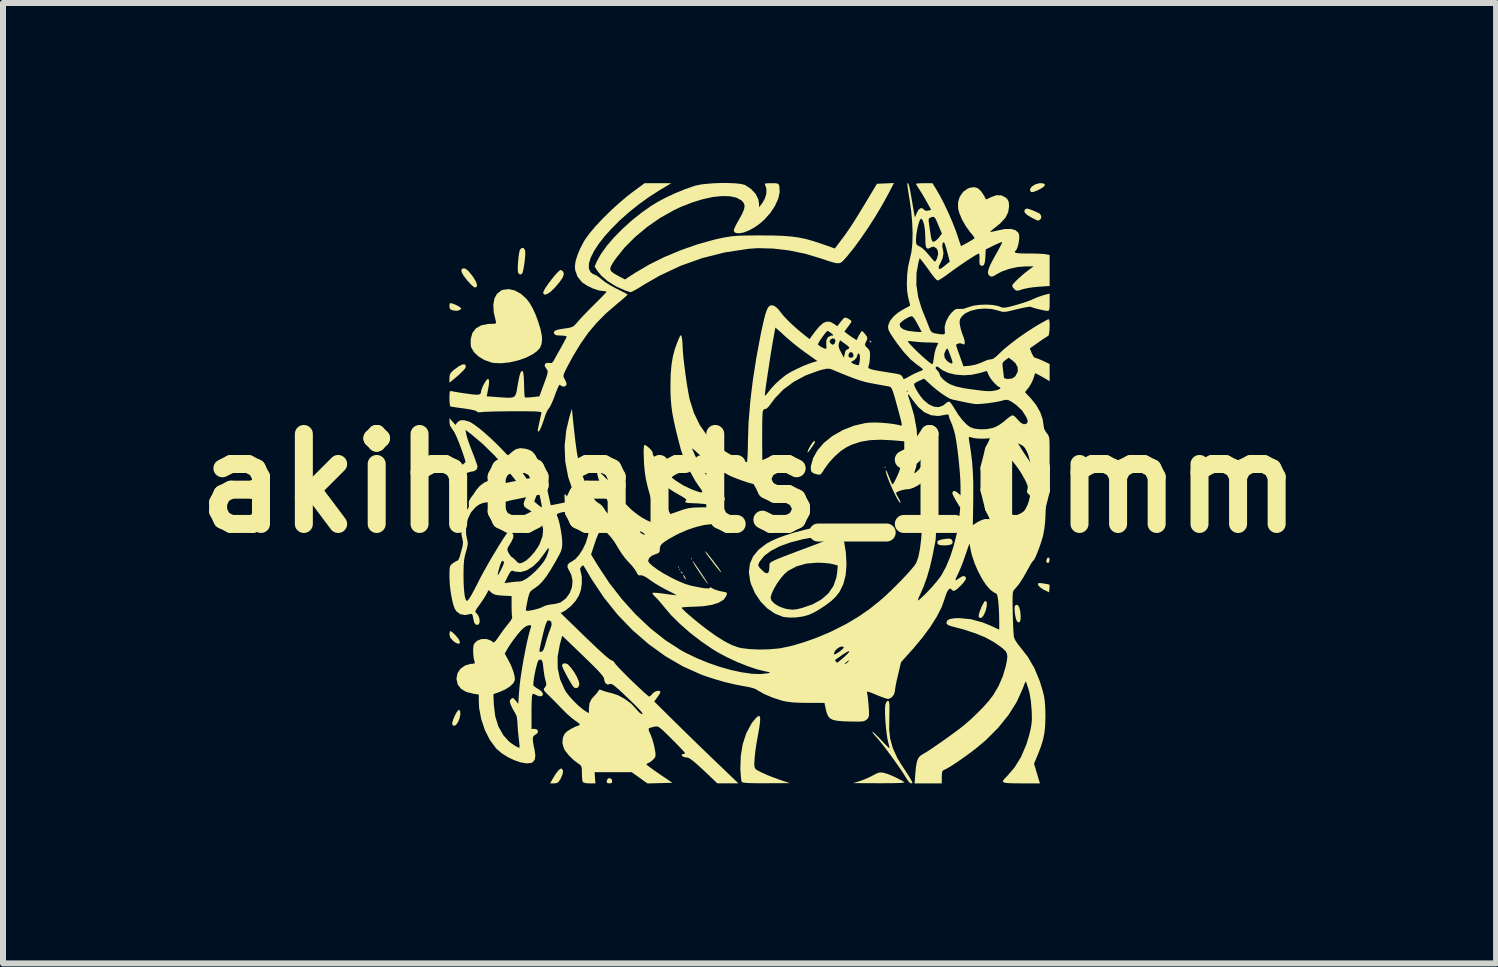
<source format=kicad_pcb>
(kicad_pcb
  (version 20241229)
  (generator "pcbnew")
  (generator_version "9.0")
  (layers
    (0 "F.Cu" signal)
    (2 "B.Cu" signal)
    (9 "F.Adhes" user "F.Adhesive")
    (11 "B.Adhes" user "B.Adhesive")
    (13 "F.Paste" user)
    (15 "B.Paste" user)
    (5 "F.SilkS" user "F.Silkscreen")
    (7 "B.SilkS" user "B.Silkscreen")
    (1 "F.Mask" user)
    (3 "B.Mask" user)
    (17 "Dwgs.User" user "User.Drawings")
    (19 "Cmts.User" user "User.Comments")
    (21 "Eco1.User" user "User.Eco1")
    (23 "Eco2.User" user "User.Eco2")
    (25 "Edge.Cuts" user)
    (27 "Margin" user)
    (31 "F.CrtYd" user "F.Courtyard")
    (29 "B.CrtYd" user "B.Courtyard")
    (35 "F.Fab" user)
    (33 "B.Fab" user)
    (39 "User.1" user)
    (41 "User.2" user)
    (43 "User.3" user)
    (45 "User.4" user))
  (footprint "akihearts_10mm"
    (layer "F.Cu")
    (at 9.443 5.005)
    (property "Reference" "akihearts_10mm" (at 0 0 0) (layer "F.SilkS") (effects (font (size 1.5 1.5) (thickness 0.3))))
    (attr board_only exclude_from_pos_files exclude_from_bom)
    (fp_poly (pts (xy -1.172 1.397) (xy -1.182 1.407) (xy -1.192 1.397) (xy -1.182 1.387)) (stroke (width 0) (type solid)) (fill yes) (layer "F.SilkS"))
    (fp_poly (pts (xy -1.153 1.436) (xy -1.163 1.446) (xy -1.172 1.436) (xy -1.163 1.426)) (stroke (width 0) (type solid)) (fill yes) (layer "F.SilkS"))
    (fp_poly (pts (xy -0.957 1.26) (xy -0.967 1.27) (xy -0.977 1.26) (xy -0.967 1.25)) (stroke (width 0) (type solid)) (fill yes) (layer "F.SilkS"))
    (fp_poly (pts (xy 2.266 -0.264) (xy 2.257 -0.254) (xy 2.247 -0.264) (xy 2.257 -0.274)) (stroke (width 0) (type solid)) (fill yes) (layer "F.SilkS"))
    (fp_poly (pts (xy 2.481 -0.361) (xy 2.472 -0.352) (xy 2.462 -0.361) (xy 2.472 -0.371)) (stroke (width 0) (type solid)) (fill yes) (layer "F.SilkS"))
    (fp_poly (pts (xy 2.501 -0.322) (xy 2.491 -0.313) (xy 2.481 -0.322) (xy 2.491 -0.332)) (stroke (width 0) (type solid)) (fill yes) (layer "F.SilkS"))
    (fp_poly (pts (xy -1.136 1.473) (xy -1.115 1.491) (xy -1.114 1.496) (xy -1.123 1.504) (xy -1.142 1.486) (xy -1.145 1.482) (xy -1.147 1.469)) (stroke (width 0) (type solid)) (fill yes) (layer "F.SilkS"))
    (fp_poly (pts (xy 2.009 -2.376) (xy 2.03 -2.358) (xy 2.032 -2.353) (xy 2.023 -2.345) (xy 2.003 -2.363) (xy 2.001 -2.367) (xy 1.999 -2.381)) (stroke (width 0) (type solid)) (fill yes) (layer "F.SilkS"))
    (fp_poly (pts (xy -1.09 1.539) (xy -1.075 1.563) (xy -1.062 1.593) (xy -1.063 1.602) (xy -1.079 1.587) (xy -1.094 1.563) (xy -1.107 1.533) (xy -1.105 1.524)) (stroke (width 0) (type solid)) (fill yes) (layer "F.SilkS"))
    (fp_poly (pts (xy 4.999 1.255) (xy 5.002 1.278) (xy 4.992 1.319) (xy 4.971 1.329) (xy 4.948 1.314) (xy 4.947 1.286) (xy 4.961 1.247) (xy 4.983 1.236)) (stroke (width 0) (type solid)) (fill yes) (layer "F.SilkS"))
    (fp_poly (pts (xy -2.3 4.93) (xy -2.29 4.958) (xy -2.292 4.99) (xy -2.319 5.001) (xy -2.335 5.002) (xy -2.372 4.996) (xy -2.381 4.971) (xy -2.38 4.958) (xy -2.361 4.921) (xy -2.335 4.914)) (stroke (width 0) (type solid)) (fill yes) (layer "F.SilkS"))
    (fp_poly (pts (xy -4.965 2.475) (xy -4.927 2.508) (xy -4.898 2.536) (xy -4.849 2.596) (xy -4.828 2.642) (xy -4.832 2.67) (xy -4.859 2.675) (xy -4.907 2.653) (xy -4.942 2.626) (xy -4.989 2.571) (xy -5.002 2.519) (xy -4.997 2.478) (xy -4.986 2.462)) (stroke (width 0) (type solid)) (fill yes) (layer "F.SilkS"))
    (fp_poly (pts (xy -3.109 4.79) (xy -3.115 4.847) (xy -3.147 4.922) (xy -3.149 4.926) (xy -3.181 4.975) (xy -3.214 4.997) (xy -3.258 5.002) (xy -3.324 5.002) (xy -3.281 4.926) (xy -3.23 4.842) (xy -3.184 4.784) (xy -3.148 4.756) (xy -3.129 4.756)) (stroke (width 0) (type solid)) (fill yes) (layer "F.SilkS"))
    (fp_poly (pts (xy 1.091 -0.699) (xy 1.089 -0.682) (xy 1.069 -0.647) (xy 1.028 -0.587) (xy 1.024 -0.58) (xy 0.987 -0.531) (xy 0.968 -0.513) (xy 0.967 -0.528) (xy 0.986 -0.573) (xy 1.014 -0.625) (xy 1.045 -0.671) (xy 1.071 -0.7) (xy 1.079 -0.703)) (stroke (width 0) (type solid)) (fill yes) (layer "F.SilkS"))
    (fp_poly (pts (xy -4.823 3.801) (xy -4.82 3.851) (xy -4.833 3.916) (xy -4.855 3.973) (xy -4.888 4.023) (xy -4.92 4.044) (xy -4.947 4.032) (xy -4.955 4.018) (xy -4.954 3.985) (xy -4.938 3.935) (xy -4.914 3.878) (xy -4.887 3.825) (xy -4.86 3.787) (xy -4.841 3.776)) (stroke (width 0) (type solid)) (fill yes) (layer "F.SilkS"))
    (fp_poly (pts (xy 4.903 -4.996) (xy 4.923 -4.978) (xy 4.924 -4.973) (xy 4.907 -4.947) (xy 4.863 -4.915) (xy 4.801 -4.883) (xy 4.733 -4.856) (xy 4.694 -4.854) (xy 4.676 -4.877) (xy 4.68 -4.914) (xy 4.713 -4.952) (xy 4.765 -4.983) (xy 4.827 -5) (xy 4.85 -5.002)) (stroke (width 0) (type solid)) (fill yes) (layer "F.SilkS"))
    (fp_poly (pts (xy -4.958 -2.998) (xy -4.898 -2.975) (xy -4.846 -2.948) (xy -4.813 -2.924) (xy -4.806 -2.913) (xy -4.823 -2.892) (xy -4.86 -2.877) (xy -4.891 -2.875) (xy -4.928 -2.88) (xy -4.958 -2.886) (xy -4.991 -2.902) (xy -5.002 -2.941) (xy -5.002 -2.953) (xy -4.998 -2.993) (xy -4.981 -3.003)) (stroke (width 0) (type solid)) (fill yes) (layer "F.SilkS"))
    (fp_poly (pts (xy 3.352 0.927) (xy 3.372 0.943) (xy 3.378 0.953) (xy 3.387 0.993) (xy 3.361 1.02) (xy 3.301 1.033) (xy 3.249 1.036) (xy 3.181 1.032) (xy 3.144 1.019) (xy 3.133 1.005) (xy 3.13 0.974) (xy 3.152 0.952) (xy 3.204 0.937) (xy 3.256 0.928) (xy 3.318 0.922)) (stroke (width 0) (type solid)) (fill yes) (layer "F.SilkS"))
    (fp_poly (pts (xy 4.474 2.032) (xy 4.498 2.073) (xy 4.514 2.146) (xy 4.519 2.214) (xy 4.516 2.282) (xy 4.501 2.317) (xy 4.476 2.316) (xy 4.456 2.297) (xy 4.441 2.262) (xy 4.428 2.204) (xy 4.421 2.153) (xy 4.417 2.086) (xy 4.421 2.048) (xy 4.435 2.03) (xy 4.443 2.026)) (stroke (width 0) (type solid)) (fill yes) (layer "F.SilkS"))
    (fp_poly (pts (xy 4.866 1.665) (xy 4.897 1.67) (xy 4.953 1.679) (xy 4.991 1.687) (xy 4.998 1.69) (xy 5.001 1.712) (xy 4.999 1.755) (xy 4.998 1.757) (xy 4.992 1.818) (xy 4.904 1.774) (xy 4.852 1.741) (xy 4.817 1.707) (xy 4.809 1.692) (xy 4.809 1.671) (xy 4.825 1.663)) (stroke (width 0) (type solid)) (fill yes) (layer "F.SilkS"))
    (fp_poly (pts (xy -4.741 -3.58) (xy -4.693 -3.545) (xy -4.634 -3.476) (xy -4.602 -3.431) (xy -4.558 -3.357) (xy -4.541 -3.302) (xy -4.552 -3.27) (xy -4.578 -3.263) (xy -4.603 -3.277) (xy -4.644 -3.314) (xy -4.693 -3.368) (xy -4.706 -3.382) (xy -4.768 -3.463) (xy -4.8 -3.522) (xy -4.802 -3.562) (xy -4.779 -3.582)) (stroke (width 0) (type solid)) (fill yes) (layer "F.SilkS"))
    (fp_poly (pts (xy -4.729 -1.952) (xy -4.728 -1.941) (xy -4.743 -1.911) (xy -4.785 -1.864) (xy -4.849 -1.803) (xy -4.929 -1.735) (xy -4.957 -1.713) (xy -5.002 -1.677) (xy -5.002 -1.754) (xy -4.997 -1.806) (xy -4.975 -1.846) (xy -4.929 -1.889) (xy -4.929 -1.889) (xy -4.844 -1.951) (xy -4.783 -1.981) (xy -4.745 -1.982)) (stroke (width 0) (type solid)) (fill yes) (layer "F.SilkS"))
    (fp_poly (pts (xy 3.946 1.966) (xy 3.955 1.996) (xy 3.953 2.049) (xy 3.938 2.117) (xy 3.933 2.132) (xy 3.904 2.197) (xy 3.873 2.237) (xy 3.843 2.248) (xy 3.82 2.226) (xy 3.819 2.222) (xy 3.821 2.19) (xy 3.837 2.137) (xy 3.861 2.075) (xy 3.888 2.017) (xy 3.913 1.976) (xy 3.924 1.966)) (stroke (width 0) (type solid)) (fill yes) (layer "F.SilkS"))
    (fp_poly (pts (xy 3.982 -0.139) (xy 4.017 -0.093) (xy 4.047 -0.032) (xy 4.068 0.036) (xy 4.076 0.098) (xy 4.067 0.143) (xy 4.059 0.152) (xy 4.027 0.165) (xy 3.998 0.151) (xy 3.976 0.12) (xy 3.952 0.063) (xy 3.93 -0.005) (xy 3.914 -0.073) (xy 3.908 -0.122) (xy 3.923 -0.151) (xy 3.946 -0.156)) (stroke (width 0) (type solid)) (fill yes) (layer "F.SilkS"))
    (fp_poly (pts (xy -0.944 1.299) (xy -0.924 1.323) (xy -0.892 1.369) (xy -0.85 1.43) (xy -0.805 1.497) (xy -0.762 1.563) (xy -0.725 1.621) (xy -0.7 1.662) (xy -0.691 1.68) (xy -0.692 1.68) (xy -0.706 1.665) (xy -0.737 1.626) (xy -0.777 1.57) (xy -0.785 1.558) (xy -0.835 1.485) (xy -0.88 1.417) (xy -0.917 1.358) (xy -0.941 1.316) (xy -0.949 1.296)) (stroke (width 0) (type solid)) (fill yes) (layer "F.SilkS"))
    (fp_poly (pts (xy -0.722 1.148) (xy -0.691 1.185) (xy -0.648 1.239) (xy -0.6 1.3) (xy -0.553 1.362) (xy -0.513 1.415) (xy -0.487 1.454) (xy -0.483 1.46) (xy -0.473 1.482) (xy -0.475 1.485) (xy -0.49 1.47) (xy -0.523 1.431) (xy -0.568 1.375) (xy -0.6 1.333) (xy -0.664 1.249) (xy -0.707 1.191) (xy -0.731 1.155) (xy -0.739 1.137) (xy -0.736 1.133)) (stroke (width 0) (type solid)) (fill yes) (layer "F.SilkS"))
    (fp_poly (pts (xy 4.683 -4.562) (xy 4.715 -4.55) (xy 4.776 -4.524) (xy 4.824 -4.501) (xy 4.841 -4.49) (xy 4.863 -4.453) (xy 4.859 -4.413) (xy 4.834 -4.388) (xy 4.816 -4.381) (xy 4.802 -4.379) (xy 4.781 -4.387) (xy 4.743 -4.406) (xy 4.707 -4.425) (xy 4.631 -4.47) (xy 4.589 -4.508) (xy 4.58 -4.541) (xy 4.591 -4.561) (xy 4.609 -4.576) (xy 4.637 -4.577)) (stroke (width 0) (type solid)) (fill yes) (layer "F.SilkS"))
    (fp_poly (pts (xy -3.764 -3.919) (xy -3.741 -3.882) (xy -3.74 -3.877) (xy -3.737 -3.837) (xy -3.741 -3.771) (xy -3.749 -3.691) (xy -3.761 -3.611) (xy -3.774 -3.543) (xy -3.785 -3.504) (xy -3.809 -3.48) (xy -3.839 -3.486) (xy -3.858 -3.511) (xy -3.863 -3.549) (xy -3.862 -3.613) (xy -3.858 -3.691) (xy -3.85 -3.771) (xy -3.84 -3.84) (xy -3.829 -3.886) (xy -3.826 -3.893) (xy -3.796 -3.924)) (stroke (width 0) (type solid)) (fill yes) (layer "F.SilkS"))
    (fp_poly (pts (xy -3.123 -3.543) (xy -3.105 -3.525) (xy -3.095 -3.486) (xy -3.114 -3.43) (xy -3.165 -3.354) (xy -3.248 -3.258) (xy -3.252 -3.254) (xy -3.316 -3.192) (xy -3.371 -3.155) (xy -3.413 -3.143) (xy -3.435 -3.159) (xy -3.439 -3.18) (xy -3.427 -3.213) (xy -3.396 -3.265) (xy -3.352 -3.329) (xy -3.3 -3.397) (xy -3.248 -3.462) (xy -3.2 -3.515) (xy -3.164 -3.548) (xy -3.148 -3.556)) (stroke (width 0) (type solid)) (fill yes) (layer "F.SilkS"))
    (fp_poly (pts (xy 2.245 4.828) (xy 2.31 4.848) (xy 2.392 4.882) (xy 2.478 4.924) (xy 2.554 4.965) (xy 2.579 4.981) (xy 2.575 4.988) (xy 2.538 4.994) (xy 2.467 4.997) (xy 2.36 4.999) (xy 2.216 5) (xy 2.169 5) (xy 1.729 4.998) (xy 1.841 4.963) (xy 1.925 4.932) (xy 2.015 4.891) (xy 2.058 4.869) (xy 2.12 4.836) (xy 2.165 4.821) (xy 2.208 4.821)) (stroke (width 0) (type solid)) (fill yes) (layer "F.SilkS"))
    (fp_poly (pts (xy -3.034 3.014) (xy -3.023 3.023) (xy -2.974 3.076) (xy -2.924 3.146) (xy -2.881 3.22) (xy -2.85 3.29) (xy -2.837 3.342) (xy -2.837 3.35) (xy -2.854 3.399) (xy -2.888 3.416) (xy -2.926 3.404) (xy -2.945 3.38) (xy -2.977 3.33) (xy -3.015 3.265) (xy -3.054 3.194) (xy -3.089 3.126) (xy -3.115 3.071) (xy -3.126 3.039) (xy -3.126 3.037) (xy -3.111 3.008) (xy -3.076 3)) (stroke (width 0) (type solid)) (fill yes) (layer "F.SilkS"))
    (fp_poly (pts (xy 0.177 3.907) (xy 0.176 3.969) (xy 0.164 4.064) (xy 0.141 4.196) (xy 0.135 4.23) (xy 0.116 4.336) (xy 0.099 4.449) (xy 0.088 4.551) (xy 0.085 4.582) (xy 0.08 4.662) (xy 0.081 4.713) (xy 0.089 4.745) (xy 0.106 4.767) (xy 0.11 4.771) (xy 0.148 4.794) (xy 0.214 4.827) (xy 0.3 4.865) (xy 0.399 4.904) (xy 0.501 4.941) (xy 0.567 4.964) (xy 0.674 4.998) (xy 0.28 5) (xy 0.136 5) (xy 0.027 4.998) (xy -0.05 4.995) (xy -0.1 4.989) (xy -0.125 4.982) (xy -0.13 4.977) (xy -0.137 4.948) (xy -0.144 4.89) (xy -0.15 4.812) (xy -0.153 4.758) (xy -0.146 4.546) (xy -0.113 4.347) (xy -0.055 4.168) (xy 0.028 4.013) (xy 0.054 3.976) (xy 0.105 3.915) (xy 0.142 3.882) (xy 0.165 3.879)) (stroke (width 0) (type solid)) (fill yes) (layer "F.SilkS"))
    (fp_poly (pts (xy -3.914 -3.214) (xy -3.814 -3.16) (xy -3.721 -3.077) (xy -3.662 -3.001) (xy -3.612 -2.912) (xy -3.562 -2.802) (xy -3.519 -2.683) (xy -3.484 -2.567) (xy -3.463 -2.465) (xy -3.458 -2.407) (xy -3.466 -2.321) (xy -3.493 -2.255) (xy -3.547 -2.198) (xy -3.611 -2.152) (xy -3.726 -2.093) (xy -3.859 -2.047) (xy -4.001 -2.015) (xy -4.138 -2) (xy -4.26 -2.005) (xy -4.304 -2.013) (xy -4.418 -2.054) (xy -4.516 -2.113) (xy -4.592 -2.184) (xy -4.638 -2.262) (xy -4.643 -2.279) (xy -4.648 -2.329) (xy -4.647 -2.394) (xy -4.645 -2.415) (xy -4.617 -2.51) (xy -4.558 -2.584) (xy -4.471 -2.633) (xy -4.358 -2.656) (xy -4.316 -2.657) (xy -4.258 -2.658) (xy -4.23 -2.665) (xy -4.224 -2.681) (xy -4.229 -2.701) (xy -4.263 -2.848) (xy -4.271 -2.975) (xy -4.252 -3.08) (xy -4.208 -3.16) (xy -4.139 -3.213) (xy -4.113 -3.224) (xy -4.016 -3.236)) (stroke (width 0) (type solid)) (fill yes) (layer "F.SilkS"))
    (fp_poly (pts (xy 2.32 3.631) (xy 2.328 3.657) (xy 2.332 3.708) (xy 2.332 3.79) (xy 2.332 3.8) (xy 2.33 3.899) (xy 2.329 4) (xy 2.328 4.086) (xy 2.327 4.099) (xy 2.343 4.252) (xy 2.388 4.414) (xy 2.461 4.576) (xy 2.527 4.685) (xy 2.588 4.777) (xy 2.642 4.86) (xy 2.683 4.928) (xy 2.709 4.975) (xy 2.716 4.993) (xy 2.7 5.001) (xy 2.688 5.002) (xy 2.665 4.986) (xy 2.632 4.945) (xy 2.603 4.899) (xy 2.561 4.831) (xy 2.5 4.741) (xy 2.427 4.637) (xy 2.349 4.529) (xy 2.27 4.424) (xy 2.198 4.331) (xy 2.138 4.258) (xy 2.114 4.232) (xy 2.074 4.186) (xy 2.05 4.154) (xy 2.048 4.142) (xy 2.069 4.156) (xy 2.108 4.192) (xy 2.161 4.245) (xy 2.193 4.279) (xy 2.248 4.338) (xy 2.294 4.384) (xy 2.323 4.411) (xy 2.33 4.416) (xy 2.331 4.399) (xy 2.322 4.356) (xy 2.313 4.323) (xy 2.298 4.257) (xy 2.285 4.167) (xy 2.273 4.062) (xy 2.264 3.953) (xy 2.259 3.849) (xy 2.258 3.762) (xy 2.262 3.701) (xy 2.263 3.693) (xy 2.281 3.645) (xy 2.304 3.625) (xy 2.306 3.624)) (stroke (width 0) (type solid)) (fill yes) (layer "F.SilkS"))
    (fp_poly (pts (xy 1.427 0.722) (xy 1.491 0.777) (xy 1.542 0.868) (xy 1.58 0.993) (xy 1.605 1.153) (xy 1.606 1.158) (xy 1.616 1.36) (xy 1.602 1.533) (xy 1.563 1.682) (xy 1.5 1.81) (xy 1.435 1.893) (xy 1.367 1.958) (xy 1.274 2.029) (xy 1.171 2.098) (xy 1.07 2.156) (xy 0.99 2.192) (xy 0.892 2.22) (xy 0.779 2.236) (xy 0.667 2.239) (xy 0.572 2.229) (xy 0.561 2.227) (xy 0.424 2.173) (xy 0.296 2.086) (xy 0.184 1.971) (xy 0.146 1.914) (xy 0.352 1.914) (xy 0.369 1.959) (xy 0.416 2.006) (xy 0.484 2.049) (xy 0.564 2.081) (xy 0.606 2.092) (xy 0.678 2.104) (xy 0.736 2.106) (xy 0.8 2.097) (xy 0.87 2.08) (xy 1.051 2.018) (xy 1.199 1.936) (xy 1.315 1.834) (xy 1.398 1.713) (xy 1.447 1.573) (xy 1.459 1.497) (xy 1.471 1.371) (xy 1.385 1.347) (xy 1.325 1.336) (xy 1.242 1.328) (xy 1.15 1.324) (xy 1.123 1.324) (xy 0.944 1.339) (xy 0.784 1.385) (xy 0.642 1.46) (xy 0.583 1.511) (xy 0.52 1.584) (xy 0.459 1.669) (xy 0.407 1.758) (xy 0.369 1.839) (xy 0.352 1.905) (xy 0.352 1.914) (xy 0.146 1.914) (xy 0.092 1.834) (xy 0.025 1.68) (xy 0.009 1.624) (xy -0.011 1.477) (xy 0.005 1.352) (xy 0.147 1.352) (xy 0.148 1.379) (xy 0.171 1.411) (xy 0.198 1.438) (xy 0.252 1.487) (xy 0.29 1.502) (xy 0.314 1.486) (xy 0.32 1.474) (xy 0.329 1.433) (xy 0.332 1.378) (xy 0.332 1.378) (xy 0.332 1.361) (xy 0.333 1.346) (xy 0.339 1.332) (xy 0.354 1.318) (xy 0.38 1.302) (xy 0.421 1.282) (xy 0.48 1.256) (xy 0.561 1.224) (xy 0.666 1.184) (xy 0.8 1.133) (xy 0.966 1.071) (xy 1.06 1.036) (xy 1.185 0.988) (xy 1.282 0.947) (xy 1.35 0.915) (xy 1.384 0.893) (xy 1.387 0.886) (xy 1.386 0.873) (xy 1.378 0.865) (xy 1.358 0.862) (xy 1.319 0.865) (xy 1.254 0.873) (xy 1.159 0.886) (xy 1.138 0.889) (xy 0.896 0.931) (xy 0.684 0.985) (xy 0.503 1.05) (xy 0.357 1.126) (xy 0.245 1.21) (xy 0.17 1.304) (xy 0.163 1.316) (xy 0.147 1.352) (xy 0.005 1.352) (xy 0.006 1.342) (xy 0.06 1.218) (xy 0.151 1.107) (xy 0.278 1.009) (xy 0.365 0.961) (xy 0.471 0.914) (xy 0.603 0.866) (xy 0.75 0.82) (xy 0.904 0.779) (xy 1.054 0.744) (xy 1.192 0.719) (xy 1.308 0.705) (xy 1.352 0.703)) (stroke (width 0) (type solid)) (fill yes) (layer "F.SilkS"))
    (fp_poly (pts (xy -0.341 -5.004) (xy -0.232 -4.999) (xy -0.142 -4.989) (xy -0.081 -4.974) (xy -0.072 -4.97) (xy 0.027 -4.904) (xy 0.102 -4.823) (xy 0.147 -4.732) (xy 0.157 -4.666) (xy 0.158 -4.601) (xy 0.204 -4.658) (xy 0.251 -4.735) (xy 0.279 -4.82) (xy 0.282 -4.898) (xy 0.275 -4.93) (xy 0.26 -4.972) (xy 0.254 -4.993) (xy 0.272 -4.998) (xy 0.318 -5.001) (xy 0.369 -5.002) (xy 0.434 -5.001) (xy 0.47 -4.994) (xy 0.488 -4.978) (xy 0.497 -4.951) (xy 0.503 -4.852) (xy 0.478 -4.741) (xy 0.424 -4.623) (xy 0.346 -4.505) (xy 0.246 -4.393) (xy 0.178 -4.333) (xy 0.086 -4.267) (xy -0.007 -4.215) (xy -0.095 -4.181) (xy -0.171 -4.166) (xy -0.228 -4.172) (xy -0.252 -4.188) (xy -0.261 -4.207) (xy -0.258 -4.234) (xy -0.24 -4.277) (xy -0.206 -4.342) (xy -0.178 -4.391) (xy -0.123 -4.49) (xy -0.092 -4.565) (xy -0.082 -4.621) (xy -0.093 -4.665) (xy -0.123 -4.704) (xy -0.137 -4.716) (xy -0.219 -4.761) (xy -0.328 -4.784) (xy -0.462 -4.787) (xy -0.614 -4.771) (xy -0.782 -4.734) (xy -0.96 -4.679) (xy -1.144 -4.607) (xy -1.26 -4.552) (xy -1.488 -4.424) (xy -1.707 -4.272) (xy -1.909 -4.103) (xy -2.087 -3.924) (xy -2.227 -3.749) (xy -2.283 -3.666) (xy -2.315 -3.607) (xy -2.322 -3.563) (xy -2.301 -3.528) (xy -2.252 -3.492) (xy -2.177 -3.45) (xy -2.077 -3.397) (xy -1.909 -3.506) (xy -1.679 -3.642) (xy -1.421 -3.77) (xy -1.146 -3.885) (xy -0.866 -3.983) (xy -0.59 -4.06) (xy -0.508 -4.079) (xy -0.426 -4.096) (xy -0.354 -4.108) (xy -0.285 -4.118) (xy -0.211 -4.124) (xy -0.125 -4.128) (xy -0.018 -4.13) (xy 0.116 -4.131) (xy 0.195 -4.131) (xy 0.389 -4.13) (xy 0.553 -4.124) (xy 0.694 -4.113) (xy 0.82 -4.096) (xy 0.941 -4.071) (xy 1.065 -4.036) (xy 1.199 -3.992) (xy 1.239 -3.978) (xy 1.422 -3.913) (xy 1.519 -4.042) (xy 1.58 -4.124) (xy 1.634 -4.2) (xy 1.687 -4.278) (xy 1.743 -4.365) (xy 1.807 -4.467) (xy 1.883 -4.592) (xy 1.936 -4.679) (xy 2.124 -4.992) (xy 2.265 -4.998) (xy 2.407 -5.004) (xy 2.302 -4.802) (xy 2.203 -4.624) (xy 2.092 -4.438) (xy 1.974 -4.254) (xy 1.853 -4.078) (xy 1.736 -3.918) (xy 1.626 -3.782) (xy 1.569 -3.719) (xy 1.541 -3.691) (xy 1.513 -3.673) (xy 1.48 -3.667) (xy 1.435 -3.671) (xy 1.37 -3.688) (xy 1.281 -3.716) (xy 1.188 -3.748) (xy 0.926 -3.826) (xy 0.658 -3.881) (xy 0.393 -3.912) (xy 0.141 -3.919) (xy -0.02 -3.908) (xy -0.416 -3.847) (xy -0.793 -3.752) (xy -1.155 -3.622) (xy -1.505 -3.457) (xy -1.766 -3.306) (xy -1.843 -3.258) (xy -1.91 -3.219) (xy -1.959 -3.194) (xy -1.98 -3.186) (xy -2.012 -3.193) (xy -2.062 -3.21) (xy -2.072 -3.213) (xy -2.226 -3.282) (xy -2.361 -3.366) (xy -2.471 -3.461) (xy -2.533 -3.537) (xy -2.582 -3.612) (xy -2.542 -3.704) (xy -2.475 -3.824) (xy -2.379 -3.957) (xy -2.259 -4.097) (xy -2.12 -4.238) (xy -1.968 -4.376) (xy -1.807 -4.505) (xy -1.644 -4.62) (xy -1.53 -4.69) (xy -1.387 -4.766) (xy -1.229 -4.839) (xy -1.072 -4.903) (xy -0.928 -4.953) (xy -0.894 -4.963) (xy -0.811 -4.98) (xy -0.706 -4.992) (xy -0.587 -5.001) (xy -0.463 -5.005)) (stroke (width 0) (type solid)) (fill yes) (layer "F.SilkS"))
    (fp_poly (pts (xy -1.507 -4.88) (xy -1.684 -4.766) (xy -1.854 -4.643) (xy -2.014 -4.514) (xy -2.163 -4.381) (xy -2.298 -4.247) (xy -2.416 -4.116) (xy -2.515 -3.989) (xy -2.593 -3.869) (xy -2.648 -3.759) (xy -2.677 -3.663) (xy -2.679 -3.582) (xy -2.65 -3.519) (xy -2.648 -3.517) (xy -2.611 -3.488) (xy -2.584 -3.478) (xy -2.555 -3.466) (xy -2.509 -3.434) (xy -2.465 -3.398) (xy -2.405 -3.352) (xy -2.323 -3.301) (xy -2.234 -3.252) (xy -2.204 -3.237) (xy -2.131 -3.201) (xy -2.073 -3.171) (xy -2.039 -3.15) (xy -2.033 -3.145) (xy -2.047 -3.129) (xy -2.085 -3.094) (xy -2.142 -3.045) (xy -2.203 -2.995) (xy -2.385 -2.838) (xy -2.544 -2.679) (xy -2.686 -2.511) (xy -2.817 -2.325) (xy -2.944 -2.115) (xy -3.04 -1.937) (xy -3.076 -1.865) (xy -3.096 -1.819) (xy -3.102 -1.788) (xy -3.095 -1.762) (xy -3.081 -1.735) (xy -3.058 -1.688) (xy -3.048 -1.653) (xy -3.048 -1.652) (xy -3.064 -1.623) (xy -3.098 -1.61) (xy -3.132 -1.619) (xy -3.133 -1.621) (xy -3.16 -1.64) (xy -3.168 -1.641) (xy -3.18 -1.624) (xy -3.201 -1.578) (xy -3.228 -1.511) (xy -3.245 -1.463) (xy -3.276 -1.382) (xy -3.307 -1.313) (xy -3.332 -1.266) (xy -3.342 -1.253) (xy -3.369 -1.214) (xy -3.395 -1.157) (xy -3.4 -1.143) (xy -3.437 -1.033) (xy -3.469 -0.946) (xy -3.496 -0.887) (xy -3.516 -0.861) (xy -3.519 -0.86) (xy -3.529 -0.876) (xy -3.527 -0.904) (xy -3.517 -0.949) (xy -3.504 -1.013) (xy -3.497 -1.045) (xy -3.483 -1.108) (xy -3.472 -1.157) (xy -3.468 -1.172) (xy -3.469 -1.181) (xy -3.482 -1.188) (xy -3.511 -1.193) (xy -3.56 -1.197) (xy -3.633 -1.199) (xy -3.734 -1.2) (xy -3.869 -1.2) (xy -3.954 -1.2) (xy -4.091 -1.199) (xy -4.216 -1.197) (xy -4.324 -1.194) (xy -4.409 -1.191) (xy -4.465 -1.187) (xy -4.485 -1.184) (xy -4.527 -1.184) (xy -4.542 -1.196) (xy -4.571 -1.211) (xy -4.632 -1.226) (xy -4.718 -1.241) (xy -4.767 -1.248) (xy -4.853 -1.259) (xy -4.924 -1.27) (xy -4.972 -1.278) (xy -4.987 -1.282) (xy -4.994 -1.305) (xy -5 -1.356) (xy -5.002 -1.419) (xy -5.001 -1.487) (xy -4.996 -1.524) (xy -4.984 -1.538) (xy -4.968 -1.536) (xy -4.935 -1.529) (xy -4.873 -1.518) (xy -4.792 -1.505) (xy -4.72 -1.495) (xy -4.619 -1.481) (xy -4.549 -1.476) (xy -4.506 -1.48) (xy -4.484 -1.494) (xy -4.475 -1.519) (xy -4.475 -1.53) (xy -4.465 -1.569) (xy -4.443 -1.622) (xy -4.415 -1.675) (xy -4.386 -1.718) (xy -4.364 -1.739) (xy -4.362 -1.739) (xy -4.346 -1.729) (xy -4.341 -1.695) (xy -4.346 -1.633) (xy -4.363 -1.539) (xy -4.368 -1.511) (xy -4.381 -1.45) (xy -4.198 -1.436) (xy -4.085 -1.428) (xy -4.005 -1.425) (xy -3.951 -1.431) (xy -3.916 -1.449) (xy -3.895 -1.484) (xy -3.881 -1.538) (xy -3.868 -1.616) (xy -3.867 -1.622) (xy -3.847 -1.729) (xy -3.831 -1.803) (xy -3.816 -1.847) (xy -3.801 -1.868) (xy -3.784 -1.87) (xy -3.783 -1.87) (xy -3.772 -1.847) (xy -3.764 -1.786) (xy -3.759 -1.691) (xy -3.758 -1.653) (xy -3.756 -1.566) (xy -3.753 -1.495) (xy -3.748 -1.448) (xy -3.745 -1.433) (xy -3.721 -1.429) (xy -3.671 -1.431) (xy -3.619 -1.436) (xy -3.503 -1.449) (xy -3.432 -1.641) (xy -3.397 -1.736) (xy -3.375 -1.802) (xy -3.365 -1.846) (xy -3.366 -1.875) (xy -3.376 -1.898) (xy -3.392 -1.917) (xy -3.416 -1.961) (xy -3.405 -1.995) (xy -3.367 -2.008) (xy -3.344 -2.006) (xy -3.3 -2.004) (xy -3.272 -2.028) (xy -3.261 -2.048) (xy -3.24 -2.088) (xy -3.205 -2.151) (xy -3.162 -2.227) (xy -3.141 -2.264) (xy -3.101 -2.337) (xy -3.07 -2.396) (xy -3.051 -2.435) (xy -3.048 -2.445) (xy -3.066 -2.455) (xy -3.111 -2.461) (xy -3.146 -2.462) (xy -3.213 -2.466) (xy -3.248 -2.48) (xy -3.256 -2.492) (xy -3.26 -2.521) (xy -3.243 -2.542) (xy -3.2 -2.559) (xy -3.124 -2.573) (xy -3.087 -2.579) (xy -3.011 -2.59) (xy -2.961 -2.604) (xy -2.925 -2.625) (xy -2.889 -2.662) (xy -2.864 -2.691) (xy -2.822 -2.74) (xy -2.758 -2.807) (xy -2.683 -2.885) (xy -2.602 -2.966) (xy -2.586 -2.982) (xy -2.514 -3.053) (xy -2.454 -3.114) (xy -2.409 -3.161) (xy -2.386 -3.188) (xy -2.384 -3.192) (xy -2.401 -3.201) (xy -2.442 -3.204) (xy -2.442 -3.204) (xy -2.519 -3.216) (xy -2.611 -3.247) (xy -2.703 -3.291) (xy -2.781 -3.342) (xy -2.796 -3.355) (xy -2.868 -3.445) (xy -2.906 -3.553) (xy -2.911 -3.617) (xy -2.9 -3.699) (xy -2.869 -3.8) (xy -2.823 -3.912) (xy -2.766 -4.022) (xy -2.734 -4.074) (xy -2.661 -4.173) (xy -2.564 -4.287) (xy -2.447 -4.412) (xy -2.319 -4.538) (xy -2.186 -4.66) (xy -2.055 -4.772) (xy -1.964 -4.843) (xy -1.749 -5.002) (xy -1.526 -5.002) (xy -1.304 -5.002)) (stroke (width 0) (type solid)) (fill yes) (layer "F.SilkS"))
    (fp_poly (pts (xy 2.65 -4.988) (xy 2.662 -4.95) (xy 2.676 -4.884) (xy 2.694 -4.786) (xy 2.706 -4.715) (xy 2.723 -4.617) (xy 2.737 -4.534) (xy 2.748 -4.472) (xy 2.754 -4.439) (xy 2.755 -4.435) (xy 2.762 -4.445) (xy 2.778 -4.481) (xy 2.782 -4.493) (xy 2.813 -4.554) (xy 2.849 -4.585) (xy 2.884 -4.582) (xy 2.901 -4.566) (xy 2.936 -4.541) (xy 2.977 -4.544) (xy 3.028 -4.557) (xy 2.956 -4.686) (xy 2.912 -4.764) (xy 2.866 -4.841) (xy 2.83 -4.898) (xy 2.798 -4.947) (xy 2.778 -4.982) (xy 2.774 -4.991) (xy 2.792 -4.996) (xy 2.839 -5) (xy 2.906 -5.002) (xy 2.911 -5.002) (xy 3.048 -5.002) (xy 3.1 -4.919) (xy 3.167 -4.805) (xy 3.239 -4.667) (xy 3.311 -4.516) (xy 3.377 -4.364) (xy 3.433 -4.223) (xy 3.449 -4.177) (xy 3.525 -3.952) (xy 3.638 -4.013) (xy 3.695 -4.046) (xy 3.736 -4.073) (xy 3.751 -4.087) (xy 3.739 -4.108) (xy 3.709 -4.148) (xy 3.675 -4.189) (xy 3.605 -4.285) (xy 3.542 -4.395) (xy 3.496 -4.505) (xy 3.477 -4.575) (xy 3.475 -4.68) (xy 3.504 -4.776) (xy 3.56 -4.857) (xy 3.637 -4.912) (xy 3.671 -4.925) (xy 3.743 -4.936) (xy 3.805 -4.918) (xy 3.86 -4.868) (xy 3.914 -4.785) (xy 3.94 -4.732) (xy 3.957 -4.737) (xy 3.997 -4.755) (xy 4.018 -4.766) (xy 4.113 -4.801) (xy 4.198 -4.799) (xy 4.271 -4.761) (xy 4.272 -4.76) (xy 4.305 -4.725) (xy 4.321 -4.684) (xy 4.326 -4.621) (xy 4.326 -4.615) (xy 4.311 -4.518) (xy 4.266 -4.427) (xy 4.186 -4.338) (xy 4.113 -4.277) (xy 4.06 -4.236) (xy 4.023 -4.204) (xy 4.011 -4.189) (xy 4.011 -4.189) (xy 4.031 -4.19) (xy 4.078 -4.2) (xy 4.124 -4.211) (xy 4.252 -4.237) (xy 4.356 -4.239) (xy 4.432 -4.219) (xy 4.48 -4.177) (xy 4.495 -4.132) (xy 4.495 -4.076) (xy 4.486 -4.009) (xy 4.471 -3.945) (xy 4.452 -3.898) (xy 4.443 -3.886) (xy 4.422 -3.864) (xy 4.423 -3.848) (xy 4.451 -3.838) (xy 4.509 -3.832) (xy 4.601 -3.83) (xy 4.648 -3.83) (xy 4.745 -3.829) (xy 4.834 -3.826) (xy 4.904 -3.822) (xy 4.941 -3.817) (xy 5.002 -3.805) (xy 5.002 -3.547) (xy 5.002 -3.288) (xy 4.821 -3.276) (xy 4.727 -3.267) (xy 4.636 -3.253) (xy 4.564 -3.237) (xy 4.547 -3.232) (xy 4.49 -3.214) (xy 4.456 -3.21) (xy 4.432 -3.22) (xy 4.415 -3.234) (xy 4.386 -3.269) (xy 4.377 -3.293) (xy 4.391 -3.319) (xy 4.429 -3.361) (xy 4.485 -3.415) (xy 4.551 -3.474) (xy 4.621 -3.531) (xy 4.658 -3.559) (xy 4.734 -3.615) (xy 4.597 -3.615) (xy 4.467 -3.604) (xy 4.333 -3.575) (xy 4.21 -3.532) (xy 4.116 -3.482) (xy 4.063 -3.451) (xy 4.028 -3.444) (xy 4.009 -3.452) (xy 3.982 -3.477) (xy 3.973 -3.514) (xy 3.983 -3.566) (xy 4.012 -3.638) (xy 4.062 -3.736) (xy 4.092 -3.79) (xy 4.139 -3.873) (xy 4.176 -3.943) (xy 4.202 -3.994) (xy 4.212 -4.02) (xy 4.211 -4.021) (xy 4.192 -4.017) (xy 4.146 -3.998) (xy 4.084 -3.97) (xy 4.07 -3.963) (xy 3.937 -3.898) (xy 3.931 -3.771) (xy 3.923 -3.689) (xy 3.907 -3.641) (xy 3.882 -3.624) (xy 3.854 -3.629) (xy 3.836 -3.649) (xy 3.831 -3.697) (xy 3.833 -3.735) (xy 3.833 -3.789) (xy 3.828 -3.824) (xy 3.823 -3.83) (xy 3.798 -3.819) (xy 3.748 -3.79) (xy 3.678 -3.746) (xy 3.596 -3.692) (xy 3.508 -3.632) (xy 3.42 -3.57) (xy 3.338 -3.511) (xy 3.318 -3.496) (xy 3.249 -3.446) (xy 3.19 -3.407) (xy 3.149 -3.384) (xy 3.136 -3.38) (xy 3.112 -3.395) (xy 3.075 -3.435) (xy 3.033 -3.491) (xy 3.031 -3.493) (xy 2.981 -3.564) (xy 2.967 -3.583) (xy 3.154 -3.583) (xy 3.166 -3.571) (xy 3.191 -3.579) (xy 3.236 -3.612) (xy 3.251 -3.624) (xy 3.337 -3.694) (xy 3.298 -3.845) (xy 3.278 -3.918) (xy 3.26 -3.976) (xy 3.246 -4.009) (xy 3.244 -4.012) (xy 3.227 -4.015) (xy 3.216 -3.99) (xy 3.213 -3.95) (xy 3.221 -3.905) (xy 3.224 -3.899) (xy 3.232 -3.83) (xy 3.217 -3.748) (xy 3.182 -3.67) (xy 3.174 -3.658) (xy 3.154 -3.615) (xy 3.154 -3.583) (xy 2.967 -3.583) (xy 2.93 -3.634) (xy 2.895 -3.679) (xy 2.836 -3.754) (xy 2.815 -3.679) (xy 2.783 -3.5) (xy 2.781 -3.307) (xy 2.81 -3.109) (xy 2.868 -2.913) (xy 2.885 -2.872) (xy 2.921 -2.784) (xy 2.956 -2.696) (xy 2.984 -2.624) (xy 2.99 -2.608) (xy 3.014 -2.55) (xy 3.038 -2.519) (xy 3.073 -2.503) (xy 3.1 -2.497) (xy 3.181 -2.484) (xy 3.231 -2.482) (xy 3.254 -2.493) (xy 3.258 -2.517) (xy 3.255 -2.53) (xy 3.252 -2.609) (xy 3.276 -2.698) (xy 3.322 -2.786) (xy 3.363 -2.838) (xy 3.41 -2.884) (xy 3.446 -2.905) (xy 3.481 -2.907) (xy 3.496 -2.905) (xy 3.569 -2.908) (xy 3.648 -2.935) (xy 3.731 -2.96) (xy 3.835 -2.974) (xy 3.948 -2.978) (xy 4.055 -2.972) (xy 4.143 -2.954) (xy 4.165 -2.946) (xy 4.199 -2.933) (xy 4.23 -2.927) (xy 4.268 -2.929) (xy 4.322 -2.939) (xy 4.401 -2.96) (xy 4.438 -2.97) (xy 4.532 -2.998) (xy 4.621 -3.027) (xy 4.692 -3.054) (xy 4.722 -3.068) (xy 4.793 -3.099) (xy 4.875 -3.127) (xy 4.903 -3.136) (xy 5.002 -3.162) (xy 5.002 -3.017) (xy 5.001 -2.942) (xy 4.996 -2.898) (xy 4.986 -2.878) (xy 4.968 -2.873) (xy 4.968 -2.873) (xy 4.926 -2.878) (xy 4.864 -2.891) (xy 4.795 -2.907) (xy 4.734 -2.924) (xy 4.694 -2.938) (xy 4.689 -2.941) (xy 4.662 -2.942) (xy 4.606 -2.934) (xy 4.529 -2.918) (xy 4.453 -2.9) (xy 4.359 -2.877) (xy 4.294 -2.862) (xy 4.249 -2.857) (xy 4.212 -2.859) (xy 4.176 -2.868) (xy 4.147 -2.878) (xy 4.036 -2.905) (xy 3.917 -2.912) (xy 3.798 -2.902) (xy 3.688 -2.875) (xy 3.598 -2.834) (xy 3.546 -2.79) (xy 3.512 -2.742) (xy 3.501 -2.697) (xy 3.505 -2.643) (xy 3.52 -2.573) (xy 3.545 -2.494) (xy 3.558 -2.462) (xy 3.58 -2.397) (xy 3.588 -2.347) (xy 3.581 -2.317) (xy 3.561 -2.315) (xy 3.55 -2.322) (xy 3.517 -2.334) (xy 3.478 -2.33) (xy 3.448 -2.315) (xy 3.443 -2.298) (xy 3.452 -2.271) (xy 3.47 -2.217) (xy 3.496 -2.145) (xy 3.507 -2.113) (xy 3.566 -1.95) (xy 3.638 -1.956) (xy 4.217 -1.956) (xy 4.223 -1.909) (xy 4.231 -1.844) (xy 4.237 -1.791) (xy 4.238 -1.773) (xy 4.249 -1.75) (xy 4.283 -1.74) (xy 4.317 -1.739) (xy 4.378 -1.747) (xy 4.421 -1.775) (xy 4.434 -1.79) (xy 4.471 -1.863) (xy 4.469 -1.935) (xy 4.43 -2.004) (xy 4.377 -2.051) (xy 4.319 -2.093) (xy 4.264 -2.052) (xy 4.231 -2.025) (xy 4.217 -1.998) (xy 4.217 -1.956) (xy 3.638 -1.956) (xy 3.674 -1.959) (xy 3.767 -1.977) (xy 3.862 -2.01) (xy 3.887 -2.022) (xy 3.949 -2.049) (xy 4 -2.064) (xy 4.025 -2.065) (xy 4.061 -2.075) (xy 4.115 -2.116) (xy 4.154 -2.154) (xy 4.242 -2.236) (xy 4.356 -2.329) (xy 4.485 -2.427) (xy 4.622 -2.522) (xy 4.756 -2.608) (xy 4.79 -2.629) (xy 4.865 -2.672) (xy 4.928 -2.707) (xy 4.971 -2.73) (xy 4.986 -2.735) (xy 4.996 -2.718) (xy 5.002 -2.674) (xy 5.002 -2.614) (xy 4.999 -2.551) (xy 4.993 -2.496) (xy 4.983 -2.462) (xy 4.977 -2.456) (xy 4.951 -2.441) (xy 4.902 -2.409) (xy 4.839 -2.366) (xy 4.813 -2.347) (xy 4.672 -2.248) (xy 4.703 -2.169) (xy 4.728 -2.121) (xy 4.752 -2.093) (xy 4.76 -2.091) (xy 4.791 -2.083) (xy 4.843 -2.062) (xy 4.894 -2.039) (xy 5.002 -1.988) (xy 5.002 -1.845) (xy 5.002 -1.701) (xy 4.883 -1.771) (xy 4.824 -1.804) (xy 4.78 -1.827) (xy 4.76 -1.834) (xy 4.76 -1.834) (xy 4.752 -1.812) (xy 4.738 -1.767) (xy 4.732 -1.747) (xy 4.704 -1.68) (xy 4.663 -1.61) (xy 4.65 -1.592) (xy 4.591 -1.518) (xy 4.69 -1.414) (xy 4.778 -1.304) (xy 4.845 -1.185) (xy 4.886 -1.067) (xy 4.897 -0.992) (xy 4.909 -0.911) (xy 4.945 -0.846) (xy 4.951 -0.839) (xy 4.972 -0.813) (xy 4.986 -0.786) (xy 4.995 -0.753) (xy 4.999 -0.704) (xy 5.001 -0.631) (xy 5.001 -0.528) (xy 5.001 -0.521) (xy 5.001 -0.264) (xy 4.918 -0.42) (xy 4.874 -0.501) (xy 4.829 -0.58) (xy 4.793 -0.641) (xy 4.785 -0.653) (xy 4.735 -0.73) (xy 4.586 -0.731) (xy 4.437 -0.733) (xy 4.488 -0.645) (xy 4.527 -0.579) (xy 4.567 -0.517) (xy 4.58 -0.497) (xy 4.61 -0.452) (xy 4.654 -0.387) (xy 4.703 -0.314) (xy 4.715 -0.296) (xy 4.762 -0.228) (xy 4.796 -0.187) (xy 4.821 -0.168) (xy 4.846 -0.166) (xy 4.854 -0.168) (xy 4.898 -0.168) (xy 4.915 -0.143) (xy 4.902 -0.093) (xy 4.896 -0.082) (xy 4.881 -0.046) (xy 4.878 -0.01) (xy 4.886 0.039) (xy 4.9 0.09) (xy 4.92 0.195) (xy 4.932 0.326) (xy 4.935 0.472) (xy 4.929 0.62) (xy 4.914 0.759) (xy 4.892 0.876) (xy 4.889 0.889) (xy 4.861 0.98) (xy 4.83 1.071) (xy 4.798 1.155) (xy 4.769 1.225) (xy 4.745 1.272) (xy 4.73 1.29) (xy 4.715 1.306) (xy 4.687 1.348) (xy 4.653 1.41) (xy 4.641 1.431) (xy 4.565 1.567) (xy 4.496 1.674) (xy 4.436 1.748) (xy 4.42 1.765) (xy 4.406 1.779) (xy 4.396 1.798) (xy 4.389 1.827) (xy 4.385 1.873) (xy 4.384 1.939) (xy 4.385 2.034) (xy 4.387 2.153) (xy 4.39 2.271) (xy 4.394 2.379) (xy 4.399 2.47) (xy 4.404 2.536) (xy 4.408 2.567) (xy 4.428 2.614) (xy 4.467 2.674) (xy 4.504 2.721) (xy 4.638 2.892) (xy 4.748 3.082) (xy 4.837 3.297) (xy 4.889 3.468) (xy 4.91 3.555) (xy 4.922 3.642) (xy 4.929 3.743) (xy 4.932 3.87) (xy 4.932 3.878) (xy 4.928 4.029) (xy 4.916 4.155) (xy 4.893 4.272) (xy 4.855 4.394) (xy 4.802 4.53) (xy 4.742 4.674) (xy 4.791 4.838) (xy 4.84 5.002) (xy 4.53 5.002) (xy 4.404 5.001) (xy 4.314 4.998) (xy 4.256 4.992) (xy 4.227 4.979) (xy 4.224 4.96) (xy 4.243 4.932) (xy 4.281 4.893) (xy 4.291 4.884) (xy 4.417 4.737) (xy 4.526 4.56) (xy 4.613 4.356) (xy 4.661 4.199) (xy 4.685 4.099) (xy 4.699 4.019) (xy 4.706 3.943) (xy 4.705 3.855) (xy 4.702 3.781) (xy 4.689 3.626) (xy 4.666 3.493) (xy 4.65 3.434) (xy 4.629 3.369) (xy 4.613 3.322) (xy 4.603 3.302) (xy 4.603 3.302) (xy 4.594 3.319) (xy 4.576 3.363) (xy 4.553 3.424) (xy 4.453 3.645) (xy 4.316 3.863) (xy 4.144 4.076) (xy 3.938 4.282) (xy 3.78 4.415) (xy 3.694 4.481) (xy 3.599 4.551) (xy 3.503 4.618) (xy 3.413 4.679) (xy 3.334 4.729) (xy 3.274 4.763) (xy 3.246 4.776) (xy 3.221 4.79) (xy 3.209 4.816) (xy 3.205 4.868) (xy 3.204 4.896) (xy 3.204 5.002) (xy 2.978 5.002) (xy 2.751 5.002) (xy 2.764 4.831) (xy 2.775 4.719) (xy 2.79 4.639) (xy 2.812 4.583) (xy 2.844 4.544) (xy 2.889 4.515) (xy 2.89 4.514) (xy 2.94 4.485) (xy 3.015 4.437) (xy 3.107 4.374) (xy 3.209 4.303) (xy 3.315 4.228) (xy 3.417 4.153) (xy 3.509 4.085) (xy 3.583 4.026) (xy 3.585 4.024) (xy 3.688 3.935) (xy 3.794 3.834) (xy 3.896 3.73) (xy 3.985 3.63) (xy 4.052 3.544) (xy 4.062 3.531) (xy 4.151 3.379) (xy 4.222 3.215) (xy 4.269 3.056) (xy 4.289 2.959) (xy 4.297 2.89) (xy 4.291 2.841) (xy 4.27 2.801) (xy 4.23 2.761) (xy 4.186 2.726) (xy 4.065 2.642) (xy 3.925 2.567) (xy 3.762 2.5) (xy 3.569 2.437) (xy 3.365 2.383) (xy 3.31 2.364) (xy 3.285 2.34) (xy 3.282 2.325) (xy 3.296 2.287) (xy 3.338 2.263) (xy 3.412 2.25) (xy 3.491 2.247) (xy 3.69 2.266) (xy 3.893 2.322) (xy 4.017 2.373) (xy 4.162 2.44) (xy 4.162 2.299) (xy 4.159 2.166) (xy 4.153 2.049) (xy 4.144 1.953) (xy 4.133 1.883) (xy 4.119 1.843) (xy 4.11 1.837) (xy 4.081 1.824) (xy 4.037 1.793) (xy 4.008 1.769) (xy 3.941 1.693) (xy 3.873 1.588) (xy 3.808 1.465) (xy 3.751 1.333) (xy 3.707 1.202) (xy 3.688 1.121) (xy 3.665 1.002) (xy 3.594 1.209) (xy 3.56 1.306) (xy 3.523 1.401) (xy 3.489 1.481) (xy 3.471 1.519) (xy 3.441 1.582) (xy 3.432 1.613) (xy 3.444 1.616) (xy 3.479 1.593) (xy 3.492 1.583) (xy 3.549 1.549) (xy 3.589 1.55) (xy 3.608 1.574) (xy 3.601 1.608) (xy 3.561 1.663) (xy 3.525 1.701) (xy 3.464 1.76) (xy 3.42 1.79) (xy 3.39 1.793) (xy 3.368 1.772) (xy 3.365 1.767) (xy 3.343 1.753) (xy 3.316 1.772) (xy 3.288 1.821) (xy 3.261 1.895) (xy 3.253 1.922) (xy 3.203 2.063) (xy 3.122 2.222) (xy 3.013 2.395) (xy 2.878 2.577) (xy 2.72 2.766) (xy 2.71 2.776) (xy 2.525 2.983) (xy 2.474 3.198) (xy 2.453 3.289) (xy 2.436 3.372) (xy 2.426 3.435) (xy 2.423 3.465) (xy 2.408 3.519) (xy 2.371 3.567) (xy 2.325 3.593) (xy 2.31 3.595) (xy 2.277 3.588) (xy 2.219 3.568) (xy 2.145 3.54) (xy 2.112 3.526) (xy 2.035 3.494) (xy 1.988 3.477) (xy 1.964 3.472) (xy 1.957 3.48) (xy 1.961 3.5) (xy 1.961 3.502) (xy 1.968 3.541) (xy 1.976 3.607) (xy 1.983 3.689) (xy 1.986 3.722) (xy 1.991 3.806) (xy 1.991 3.861) (xy 1.985 3.896) (xy 1.972 3.919) (xy 1.954 3.937) (xy 1.931 3.954) (xy 1.903 3.965) (xy 1.861 3.971) (xy 1.798 3.973) (xy 1.706 3.971) (xy 1.683 3.971) (xy 1.553 3.967) (xy 1.456 3.958) (xy 1.387 3.942) (xy 1.339 3.916) (xy 1.307 3.877) (xy 1.285 3.821) (xy 1.269 3.757) (xy 1.249 3.661) (xy 0.961 3.66) (xy 0.829 3.658) (xy 0.726 3.653) (xy 0.641 3.643) (xy 0.565 3.629) (xy 0.525 3.618) (xy 0.383 3.572) (xy 0.247 3.514) (xy 0.132 3.449) (xy 0.117 3.439) (xy 0.075 3.42) (xy 0.007 3.401) (xy -0.074 3.385) (xy -0.094 3.382) (xy -0.237 3.355) (xy -0.402 3.316) (xy -0.575 3.266) (xy -0.742 3.212) (xy -0.812 3.186) (xy -1.111 3.052) (xy -1.403 2.882) (xy -1.684 2.679) (xy -1.95 2.448) (xy -2.198 2.191) (xy -2.424 1.91) (xy -2.624 1.611) (xy -2.637 1.59) (xy -2.685 1.509) (xy -2.726 1.44) (xy -2.755 1.392) (xy -2.769 1.369) (xy -2.769 1.369) (xy -2.786 1.374) (xy -2.805 1.39) (xy -2.824 1.422) (xy -2.817 1.465) (xy -2.814 1.473) (xy -2.796 1.56) (xy -2.795 1.666) (xy -2.81 1.773) (xy -2.841 1.866) (xy -2.899 1.96) (xy -2.978 2.048) (xy -3.064 2.117) (xy -3.094 2.134) (xy -3.149 2.162) (xy -2.744 2.556) (xy -2.631 2.664) (xy -2.53 2.76) (xy -2.443 2.839) (xy -2.374 2.899) (xy -2.326 2.937) (xy -2.302 2.95) (xy -2.267 2.967) (xy -2.249 2.994) (xy -2.231 3.018) (xy -2.191 3.063) (xy -2.133 3.123) (xy -2.063 3.194) (xy -1.986 3.27) (xy -1.907 3.346) (xy -1.831 3.417) (xy -1.765 3.479) (xy -1.712 3.525) (xy -1.679 3.552) (xy -1.67 3.556) (xy -1.65 3.542) (xy -1.619 3.509) (xy -1.618 3.507) (xy -1.583 3.477) (xy -1.54 3.46) (xy -1.504 3.459) (xy -1.485 3.475) (xy -1.485 3.479) (xy -1.496 3.506) (xy -1.524 3.55) (xy -1.537 3.568) (xy -1.589 3.637) (xy -1.249 3.973) (xy -1.129 4.091) (xy -0.991 4.226) (xy -0.845 4.368) (xy -0.702 4.506) (xy -0.572 4.631) (xy -0.547 4.655) (xy -0.186 5.001) (xy -0.361 5.001) (xy -0.537 5.001) (xy -0.762 4.788) (xy -0.857 4.7) (xy -0.935 4.633) (xy -0.993 4.59) (xy -1.027 4.573) (xy -1.029 4.573) (xy -1.086 4.565) (xy -1.124 4.547) (xy -1.133 4.531) (xy -1.117 4.515) (xy -1.104 4.513) (xy -1.078 4.505) (xy -1.075 4.498) (xy -1.088 4.48) (xy -1.124 4.44) (xy -1.179 4.382) (xy -1.248 4.311) (xy -1.296 4.263) (xy -1.38 4.18) (xy -1.441 4.121) (xy -1.486 4.083) (xy -1.518 4.061) (xy -1.543 4.053) (xy -1.566 4.053) (xy -1.574 4.055) (xy -1.641 4.07) (xy -1.676 4.084) (xy -1.684 4.105) (xy -1.67 4.144) (xy -1.651 4.185) (xy -1.622 4.26) (xy -1.596 4.351) (xy -1.581 4.419) (xy -1.569 4.49) (xy -1.566 4.535) (xy -1.573 4.564) (xy -1.591 4.59) (xy -1.602 4.601) (xy -1.644 4.638) (xy -1.683 4.661) (xy -1.683 4.661) (xy -1.713 4.676) (xy -1.719 4.686) (xy -1.703 4.701) (xy -1.661 4.733) (xy -1.599 4.779) (xy -1.522 4.832) (xy -1.502 4.846) (xy -1.286 4.992) (xy -1.493 4.998) (xy -1.701 5.003) (xy -1.832 4.91) (xy -1.963 4.816) (xy -2.272 4.816) (xy -2.582 4.816) (xy -2.576 4.909) (xy -2.569 5.002) (xy -2.67 5.002) (xy -2.736 4.998) (xy -2.772 4.985) (xy -2.782 4.971) (xy -2.789 4.935) (xy -2.793 4.876) (xy -2.794 4.825) (xy -2.796 4.758) (xy -2.804 4.719) (xy -2.824 4.693) (xy -2.848 4.676) (xy -2.931 4.614) (xy -3.01 4.537) (xy -3.073 4.458) (xy -3.091 4.427) (xy -3.119 4.333) (xy -3.111 4.239) (xy -3.08 4.173) (xy -3.044 4.138) (xy -2.983 4.098) (xy -2.911 4.061) (xy -2.844 4.035) (xy -2.828 4.025) (xy -2.835 4.009) (xy -2.87 3.981) (xy -2.903 3.958) (xy -2.967 3.91) (xy -3.04 3.846) (xy -3.107 3.78) (xy -3.107 3.78) (xy -3.178 3.706) (xy -3.259 3.624) (xy -3.33 3.553) (xy -3.387 3.498) (xy -3.419 3.462) (xy -3.43 3.438) (xy -3.425 3.419) (xy -3.411 3.402) (xy -3.39 3.37) (xy -3.388 3.336) (xy -3.4 3.291) (xy -3.414 3.234) (xy -3.427 3.156) (xy -3.436 3.082) (xy -3.446 3) (xy -3.46 2.954) (xy -3.48 2.937) (xy -3.51 2.945) (xy -3.516 2.949) (xy -3.53 2.974) (xy -3.546 3.028) (xy -3.564 3.099) (xy -3.581 3.179) (xy -3.594 3.256) (xy -3.602 3.321) (xy -3.603 3.364) (xy -3.602 3.37) (xy -3.581 3.391) (xy -3.539 3.419) (xy -3.522 3.429) (xy -3.469 3.467) (xy -3.444 3.504) (xy -3.449 3.536) (xy -3.469 3.549) (xy -3.508 3.549) (xy -3.556 3.53) (xy -3.556 3.53) (xy -3.594 3.51) (xy -3.613 3.511) (xy -3.622 3.528) (xy -3.627 3.559) (xy -3.63 3.62) (xy -3.633 3.703) (xy -3.634 3.802) (xy -3.634 3.827) (xy -3.634 4.095) (xy -3.58 4.094) (xy -3.539 4.106) (xy -3.525 4.135) (xy -3.539 4.169) (xy -3.571 4.191) (xy -3.598 4.21) (xy -3.612 4.243) (xy -3.611 4.295) (xy -3.598 4.374) (xy -3.585 4.43) (xy -3.57 4.532) (xy -3.579 4.605) (xy -3.614 4.65) (xy -3.638 4.661) (xy -3.715 4.669) (xy -3.811 4.653) (xy -3.918 4.617) (xy -4.026 4.566) (xy -4.128 4.502) (xy -4.213 4.43) (xy -4.229 4.413) (xy -4.33 4.275) (xy -4.412 4.112) (xy -4.472 3.932) (xy -4.507 3.746) (xy -4.513 3.625) (xy -4.513 3.521) (xy -4.559 3.515) (xy -4.269 3.515) (xy -4.262 3.687) (xy -4.239 3.883) (xy -4.186 4.054) (xy -4.103 4.2) (xy -4.012 4.301) (xy -3.968 4.336) (xy -3.917 4.37) (xy -3.871 4.396) (xy -3.84 4.408) (xy -3.834 4.407) (xy -3.833 4.386) (xy -3.837 4.336) (xy -3.845 4.266) (xy -3.848 4.238) (xy -3.858 4.147) (xy -3.865 4.058) (xy -3.869 3.987) (xy -3.869 3.98) (xy -3.88 3.887) (xy -3.905 3.833) (xy -3.938 3.779) (xy -3.969 3.715) (xy -3.974 3.704) (xy -3.993 3.654) (xy -3.995 3.624) (xy -3.981 3.602) (xy -3.975 3.596) (xy -3.952 3.579) (xy -3.931 3.586) (xy -3.9 3.621) (xy -3.855 3.676) (xy -3.842 3.484) (xy -3.832 3.37) (xy -3.815 3.235) (xy -3.792 3.087) (xy -3.766 2.933) (xy -3.758 2.893) (xy -3.199 2.893) (xy -3.197 3.085) (xy -3.158 3.267) (xy -3.081 3.44) (xy -3.059 3.477) (xy -3.005 3.548) (xy -2.933 3.628) (xy -2.854 3.705) (xy -2.778 3.768) (xy -2.737 3.796) (xy -2.677 3.832) (xy -2.677 3.751) (xy -2.667 3.664) (xy -2.632 3.593) (xy -2.579 3.535) (xy -2.542 3.495) (xy -2.518 3.461) (xy -2.517 3.457) (xy -2.503 3.439) (xy -2.472 3.446) (xy -2.46 3.451) (xy -2.415 3.468) (xy -2.348 3.486) (xy -2.301 3.497) (xy -2.19 3.534) (xy -2.075 3.597) (xy -1.97 3.676) (xy -1.889 3.763) (xy -1.842 3.817) (xy -1.801 3.845) (xy -1.788 3.847) (xy -1.783 3.838) (xy -1.803 3.808) (xy -1.848 3.758) (xy -1.92 3.684) (xy -2.021 3.587) (xy -2.117 3.495) (xy -2.19 3.428) (xy -2.243 3.383) (xy -2.28 3.356) (xy -2.306 3.344) (xy -2.323 3.345) (xy -2.327 3.347) (xy -2.368 3.355) (xy -2.403 3.331) (xy -2.422 3.283) (xy -2.423 3.265) (xy -2.428 3.244) (xy -2.447 3.213) (xy -2.481 3.171) (xy -2.533 3.114) (xy -2.607 3.039) (xy -2.705 2.943) (xy -2.773 2.877) (xy -3.122 2.541) (xy -3.163 2.693) (xy -3.199 2.893) (xy -3.758 2.893) (xy -3.739 2.794) (xy -3.502 2.794) (xy -3.497 2.809) (xy -3.484 2.811) (xy -3.474 2.81) (xy -3.45 2.798) (xy -3.43 2.766) (xy -3.41 2.706) (xy -3.399 2.667) (xy -3.375 2.581) (xy -3.346 2.494) (xy -3.323 2.435) (xy -3.299 2.36) (xy -3.303 2.31) (xy -3.335 2.288) (xy -3.352 2.286) (xy -3.367 2.292) (xy -3.382 2.314) (xy -3.399 2.356) (xy -3.419 2.424) (xy -3.444 2.522) (xy -3.466 2.614) (xy -3.486 2.704) (xy -3.498 2.761) (xy -3.502 2.794) (xy -3.739 2.794) (xy -3.737 2.783) (xy -3.708 2.643) (xy -3.679 2.521) (xy -3.653 2.426) (xy -3.64 2.391) (xy -3.644 2.369) (xy -3.671 2.365) (xy -3.713 2.377) (xy -3.758 2.405) (xy -3.804 2.448) (xy -3.862 2.515) (xy -3.924 2.595) (xy -3.983 2.677) (xy -4.031 2.752) (xy -4.034 2.758) (xy -4.08 2.839) (xy -4.025 2.939) (xy -3.974 3.039) (xy -3.937 3.136) (xy -3.915 3.22) (xy -3.911 3.277) (xy -3.935 3.33) (xy -3.991 3.385) (xy -4.071 3.436) (xy -4.162 3.477) (xy -4.269 3.515) (xy -4.559 3.515) (xy -4.606 3.507) (xy -4.724 3.477) (xy -4.81 3.425) (xy -4.864 3.353) (xy -4.884 3.263) (xy -4.885 3.253) (xy -4.867 3.165) (xy -4.817 3.091) (xy -4.743 3.038) (xy -4.652 3.011) (xy -4.619 3.009) (xy -4.584 3.004) (xy -4.579 2.985) (xy -4.582 2.975) (xy -4.597 2.92) (xy -4.605 2.847) (xy -4.607 2.772) (xy -4.601 2.708) (xy -4.592 2.678) (xy -4.545 2.628) (xy -4.475 2.598) (xy -4.397 2.595) (xy -4.37 2.6) (xy -4.321 2.618) (xy -4.291 2.636) (xy -4.288 2.638) (xy -4.273 2.654) (xy -4.254 2.649) (xy -4.227 2.621) (xy -4.186 2.564) (xy -4.166 2.535) (xy -4.114 2.461) (xy -4.059 2.388) (xy -4.016 2.335) (xy -3.978 2.286) (xy -3.958 2.247) (xy -3.956 2.231) (xy -3.961 2.2) (xy -3.964 2.141) (xy -3.965 2.102) (xy -3.728 2.102) (xy -3.723 2.122) (xy -3.699 2.127) (xy -3.65 2.12) (xy -3.591 2.108) (xy -3.522 2.09) (xy -3.462 2.068) (xy -3.439 2.056) (xy -3.391 2.036) (xy -3.324 2.021) (xy -3.294 2.018) (xy -3.226 2.008) (xy -3.165 1.991) (xy -3.147 1.984) (xy -3.061 1.919) (xy -2.998 1.832) (xy -2.96 1.732) (xy -2.95 1.626) (xy -2.971 1.525) (xy -3 1.468) (xy -3.033 1.405) (xy -3.032 1.358) (xy -2.998 1.323) (xy -2.968 1.308) (xy -2.904 1.265) (xy -2.839 1.192) (xy -2.836 1.187) (xy -2.641 1.187) (xy -2.53 1.37) (xy -2.337 1.662) (xy -2.124 1.936) (xy -1.895 2.189) (xy -1.653 2.417) (xy -1.403 2.615) (xy -1.149 2.779) (xy -1.072 2.822) (xy -0.888 2.911) (xy -0.696 2.99) (xy -0.502 3.058) (xy -0.311 3.112) (xy -0.129 3.151) (xy 0.038 3.175) (xy 0.183 3.18) (xy 0.302 3.167) (xy 0.303 3.167) (xy 0.336 3.158) (xy 0.34 3.151) (xy 0.311 3.144) (xy 0.274 3.137) (xy 0.131 3.103) (xy -0.033 3.048) (xy -0.145 3.003) (xy 1.584 3.003) (xy 1.591 3.009) (xy 1.597 3.009) (xy 1.624 2.995) (xy 1.644 2.975) (xy 1.66 2.952) (xy 1.651 2.955) (xy 1.631 2.969) (xy 1.599 2.993) (xy 1.584 3.003) (xy -0.145 3.003) (xy -0.206 2.979) (xy -0.283 2.943) (xy 1.429 2.943) (xy 1.43 2.96) (xy 1.447 2.982) (xy 1.462 2.989) (xy 1.482 2.976) (xy 1.522 2.943) (xy 1.575 2.898) (xy 1.583 2.891) (xy 1.639 2.837) (xy 1.663 2.806) (xy 1.657 2.797) (xy 1.623 2.812) (xy 1.56 2.851) (xy 1.539 2.866) (xy 1.485 2.904) (xy 1.445 2.932) (xy 1.429 2.943) (xy -0.283 2.943) (xy -0.379 2.898) (xy -0.484 2.842) (xy 1.407 2.842) (xy 1.416 2.853) (xy 1.445 2.842) (xy 1.494 2.81) (xy 1.54 2.773) (xy 1.567 2.744) (xy 1.571 2.732) (xy 1.544 2.719) (xy 1.503 2.73) (xy 1.46 2.758) (xy 1.424 2.795) (xy 1.407 2.835) (xy 1.407 2.842) (xy -0.484 2.842) (xy -0.541 2.811) (xy -0.619 2.763) (xy -0.81 2.632) (xy -0.994 2.49) (xy -1.163 2.341) (xy -1.312 2.193) (xy -1.423 2.062) (xy -1.477 1.996) (xy -1.53 1.935) (xy -1.572 1.893) (xy -1.606 1.857) (xy -1.62 1.831) (xy -1.618 1.827) (xy -1.595 1.824) (xy -1.541 1.827) (xy -1.467 1.835) (xy -1.413 1.842) (xy -1.332 1.854) (xy -1.266 1.862) (xy -1.226 1.866) (xy -1.216 1.866) (xy -1.23 1.857) (xy -1.272 1.834) (xy -1.334 1.802) (xy -1.375 1.782) (xy -1.467 1.733) (xy -1.563 1.676) (xy -1.645 1.622) (xy -1.659 1.611) (xy -1.735 1.56) (xy -1.788 1.536) (xy -1.819 1.534) (xy -1.849 1.534) (xy -1.872 1.507) (xy -1.884 1.481) (xy -1.913 1.434) (xy -1.96 1.375) (xy -2.012 1.319) (xy -2.038 1.29) (xy -1.69 1.29) (xy -1.678 1.321) (xy -1.62 1.376) (xy -1.534 1.439) (xy -1.429 1.505) (xy -1.312 1.569) (xy -1.194 1.627) (xy -1.083 1.674) (xy -0.987 1.704) (xy -0.977 1.707) (xy -0.85 1.733) (xy -0.753 1.749) (xy -0.687 1.753) (xy -0.656 1.747) (xy -0.655 1.736) (xy -0.655 1.727) (xy -0.632 1.743) (xy -0.632 1.744) (xy -0.591 1.767) (xy -0.528 1.788) (xy -0.489 1.798) (xy -0.429 1.81) (xy -0.388 1.82) (xy -0.377 1.824) (xy -0.378 1.845) (xy -0.389 1.88) (xy -0.432 1.941) (xy -0.512 1.989) (xy -0.624 2.026) (xy -0.769 2.049) (xy -0.937 2.058) (xy -1.019 2.061) (xy -1.085 2.065) (xy -1.125 2.07) (xy -1.133 2.073) (xy -1.119 2.093) (xy -1.079 2.132) (xy -1.021 2.185) (xy -0.949 2.246) (xy -0.869 2.312) (xy -0.787 2.377) (xy -0.71 2.437) (xy -0.706 2.44) (xy -0.548 2.552) (xy -0.411 2.637) (xy -0.293 2.697) (xy -0.188 2.735) (xy -0.137 2.747) (xy 0.004 2.764) (xy 0.167 2.771) (xy 0.334 2.767) (xy 0.491 2.753) (xy 0.528 2.747) (xy 0.706 2.709) (xy 0.906 2.65) (xy 1.117 2.575) (xy 1.329 2.486) (xy 1.401 2.452) (xy 1.622 2.339) (xy 1.817 2.223) (xy 2 2.096) (xy 2.162 1.967) (xy 2.248 1.892) (xy 2.342 1.804) (xy 2.438 1.71) (xy 2.532 1.615) (xy 2.618 1.524) (xy 2.691 1.442) (xy 2.746 1.375) (xy 2.778 1.328) (xy 2.78 1.323) (xy 2.813 1.229) (xy 2.84 1.098) (xy 2.861 0.929) (xy 2.876 0.723) (xy 2.886 0.48) (xy 2.887 0.434) (xy 2.896 -0.022) (xy 2.802 0.038) (xy 2.739 0.072) (xy 2.679 0.093) (xy 2.651 0.098) (xy 2.594 0.103) (xy 2.533 0.117) (xy 2.48 0.135) (xy 2.447 0.153) (xy 2.442 0.162) (xy 2.452 0.19) (xy 2.476 0.234) (xy 2.484 0.248) (xy 2.507 0.292) (xy 2.516 0.321) (xy 2.515 0.325) (xy 2.499 0.317) (xy 2.474 0.279) (xy 2.441 0.219) (xy 2.404 0.144) (xy 2.366 0.061) (xy 2.33 -0.023) (xy 2.3 -0.1) (xy 2.279 -0.164) (xy 2.27 -0.207) (xy 2.271 -0.218) (xy 2.28 -0.211) (xy 2.298 -0.174) (xy 2.322 -0.116) (xy 2.325 -0.108) (xy 2.35 -0.045) (xy 2.371 0.001) (xy 2.384 0.019) (xy 2.384 0.02) (xy 2.399 0.003) (xy 2.423 -0.039) (xy 2.45 -0.095) (xy 2.477 -0.155) (xy 2.498 -0.207) (xy 2.507 -0.241) (xy 2.507 -0.244) (xy 2.515 -0.27) (xy 2.522 -0.274) (xy 2.536 -0.291) (xy 2.55 -0.339) (xy 2.563 -0.406) (xy 2.573 -0.483) (xy 2.579 -0.56) (xy 2.579 -0.585) (xy 2.579 -0.699) (xy 2.389 -0.716) (xy 2.183 -0.726) (xy 2.005 -0.718) (xy 1.848 -0.691) (xy 1.704 -0.643) (xy 1.616 -0.601) (xy 1.523 -0.539) (xy 1.424 -0.452) (xy 1.33 -0.351) (xy 1.254 -0.247) (xy 1.239 -0.223) (xy 1.206 -0.172) (xy 1.181 -0.147) (xy 1.152 -0.143) (xy 1.126 -0.148) (xy 1.061 -0.168) (xy 1.028 -0.199) (xy 1.02 -0.251) (xy 1.023 -0.287) (xy 1.06 -0.42) (xy 1.133 -0.55) (xy 1.238 -0.672) (xy 1.372 -0.781) (xy 1.387 -0.791) (xy 1.56 -0.889) (xy 1.745 -0.961) (xy 1.93 -1.003) (xy 2.005 -1.011) (xy 2.092 -1.013) (xy 2.195 -1.009) (xy 2.301 -1) (xy 2.4 -0.988) (xy 2.479 -0.973) (xy 2.516 -0.963) (xy 2.528 -0.959) (xy 2.535 -0.962) (xy 2.537 -0.976) (xy 2.533 -1.006) (xy 2.522 -1.056) (xy 2.502 -1.131) (xy 2.474 -1.236) (xy 2.447 -1.334) (xy 2.417 -1.444) (xy 2.406 -1.478) (xy 2.641 -1.478) (xy 2.65 -1.438) (xy 2.674 -1.366) (xy 2.743 -1.13) (xy 2.785 -0.903) (xy 2.801 -0.669) (xy 2.802 -0.606) (xy 2.799 -0.467) (xy 2.792 -0.361) (xy 2.779 -0.282) (xy 2.77 -0.248) (xy 2.752 -0.194) (xy 2.748 -0.17) (xy 2.758 -0.17) (xy 2.771 -0.18) (xy 2.823 -0.228) (xy 2.869 -0.292) (xy 2.918 -0.379) (xy 2.931 -0.405) (xy 2.961 -0.466) (xy 2.985 -0.51) (xy 2.997 -0.527) (xy 2.998 -0.528) (xy 3.007 -0.51) (xy 3.025 -0.465) (xy 3.048 -0.399) (xy 3.057 -0.374) (xy 3.072 -0.327) (xy 3.084 -0.286) (xy 3.093 -0.244) (xy 3.099 -0.195) (xy 3.104 -0.134) (xy 3.107 -0.057) (xy 3.109 0.044) (xy 3.11 0.173) (xy 3.111 0.335) (xy 3.111 0.482) (xy 3.111 0.619) (xy 3.109 0.74) (xy 3.107 0.841) (xy 3.104 0.914) (xy 3.1 0.955) (xy 3.1 0.957) (xy 3.09 1.005) (xy 3.075 1.08) (xy 3.058 1.17) (xy 3.045 1.231) (xy 3.007 1.396) (xy 2.958 1.564) (xy 2.902 1.721) (xy 2.845 1.852) (xy 2.84 1.861) (xy 2.817 1.912) (xy 2.807 1.946) (xy 2.809 1.954) (xy 2.828 1.941) (xy 2.868 1.905) (xy 2.923 1.853) (xy 2.973 1.802) (xy 3.046 1.724) (xy 3.118 1.64) (xy 3.177 1.563) (xy 3.201 1.528) (xy 3.276 1.389) (xy 3.346 1.221) (xy 3.406 1.033) (xy 3.455 0.835) (xy 3.488 0.637) (xy 3.495 0.578) (xy 3.512 0.407) (xy 3.446 0.298) (xy 3.412 0.238) (xy 3.388 0.189) (xy 3.38 0.163) (xy 3.392 0.132) (xy 3.424 0.129) (xy 3.466 0.155) (xy 3.47 0.158) (xy 3.517 0.202) (xy 3.517 0.052) (xy 3.514 -0.049) (xy 3.506 -0.175) (xy 3.493 -0.316) (xy 3.478 -0.461) (xy 3.461 -0.599) (xy 3.443 -0.719) (xy 3.434 -0.766) (xy 3.655 -0.766) (xy 3.657 -0.731) (xy 3.661 -0.709) (xy 3.689 -0.525) (xy 3.71 -0.355) (xy 3.722 -0.187) (xy 3.729 -0.009) (xy 3.729 0.192) (xy 3.729 0.265) (xy 3.722 0.698) (xy 3.79 0.653) (xy 3.851 0.621) (xy 3.912 0.599) (xy 3.92 0.597) (xy 3.996 0.597) (xy 4.052 0.613) (xy 4.123 0.643) (xy 4.123 0.463) (xy 4.123 0.386) (xy 4.125 0.279) (xy 4.127 0.194) (xy 4.377 0.194) (xy 4.377 0.764) (xy 4.445 0.712) (xy 4.528 0.668) (xy 4.602 0.65) (xy 4.649 0.641) (xy 4.681 0.625) (xy 4.7 0.594) (xy 4.708 0.542) (xy 4.709 0.462) (xy 4.705 0.379) (xy 4.699 0.295) (xy 4.691 0.242) (xy 4.678 0.209) (xy 4.658 0.187) (xy 4.654 0.184) (xy 4.626 0.156) (xy 4.626 0.12) (xy 4.631 0.105) (xy 4.638 0.072) (xy 4.632 0.034) (xy 4.61 -0.02) (xy 4.582 -0.075) (xy 4.537 -0.155) (xy 4.486 -0.234) (xy 4.445 -0.291) (xy 4.377 -0.377) (xy 4.377 0.194) (xy 4.127 0.194) (xy 4.128 0.153) (xy 4.131 0.017) (xy 4.135 -0.117) (xy 4.139 -0.248) (xy 4.14 -0.375) (xy 4.14 -0.489) (xy 4.138 -0.582) (xy 4.134 -0.645) (xy 4.134 -0.648) (xy 4.12 -0.778) (xy 4.058 -0.76) (xy 3.991 -0.748) (xy 3.905 -0.743) (xy 3.816 -0.745) (xy 3.74 -0.753) (xy 3.701 -0.763) (xy 3.667 -0.774) (xy 3.655 -0.766) (xy 3.434 -0.766) (xy 3.426 -0.811) (xy 3.404 -0.892) (xy 3.379 -0.969) (xy 3.358 -1.02) (xy 3.335 -1.074) (xy 3.322 -1.117) (xy 3.322 -1.125) (xy 3.312 -1.147) (xy 3.279 -1.145) (xy 3.278 -1.144) (xy 3.147 -1.121) (xy 3.026 -1.134) (xy 2.914 -1.184) (xy 2.81 -1.272) (xy 2.716 -1.392) (xy 2.673 -1.454) (xy 2.648 -1.484) (xy 2.641 -1.478) (xy 2.406 -1.478) (xy 2.393 -1.52) (xy 2.388 -1.534) (xy 2.618 -1.534) (xy 2.628 -1.524) (xy 2.638 -1.534) (xy 2.628 -1.544) (xy 2.618 -1.534) (xy 2.388 -1.534) (xy 2.373 -1.57) (xy 2.356 -1.598) (xy 2.339 -1.61) (xy 2.335 -1.611) (xy 2.3 -1.618) (xy 2.237 -1.629) (xy 2.154 -1.644) (xy 2.082 -1.657) (xy 2.743 -1.657) (xy 2.746 -1.63) (xy 2.767 -1.582) (xy 2.802 -1.521) (xy 2.844 -1.458) (xy 2.889 -1.402) (xy 2.899 -1.39) (xy 2.984 -1.318) (xy 3.07 -1.277) (xy 3.153 -1.269) (xy 3.226 -1.296) (xy 3.256 -1.32) (xy 3.295 -1.351) (xy 3.327 -1.362) (xy 3.331 -1.361) (xy 3.353 -1.34) (xy 3.385 -1.295) (xy 3.414 -1.247) (xy 3.48 -1.142) (xy 3.552 -1.049) (xy 3.623 -0.976) (xy 3.68 -0.934) (xy 3.753 -0.91) (xy 3.849 -0.899) (xy 3.952 -0.903) (xy 4.048 -0.92) (xy 4.101 -0.939) (xy 4.167 -0.976) (xy 4.238 -1.027) (xy 4.272 -1.056) (xy 4.322 -1.098) (xy 4.365 -1.126) (xy 4.385 -1.133) (xy 4.414 -1.119) (xy 4.452 -1.082) (xy 4.465 -1.066) (xy 4.521 -1.008) (xy 4.572 -0.983) (xy 4.615 -0.993) (xy 4.622 -0.999) (xy 4.636 -1.022) (xy 4.633 -1.054) (xy 4.612 -1.104) (xy 4.545 -1.211) (xy 4.446 -1.304) (xy 4.382 -1.349) (xy 4.327 -1.381) (xy 4.287 -1.392) (xy 4.247 -1.387) (xy 4.234 -1.383) (xy 4.165 -1.366) (xy 4.075 -1.349) (xy 3.976 -1.335) (xy 3.881 -1.325) (xy 3.801 -1.32) (xy 3.758 -1.321) (xy 3.701 -1.33) (xy 3.623 -1.344) (xy 3.539 -1.362) (xy 3.536 -1.362) (xy 3.465 -1.378) (xy 3.41 -1.39) (xy 3.38 -1.396) (xy 3.379 -1.396) (xy 3.339 -1.41) (xy 3.278 -1.445) (xy 3.205 -1.493) (xy 3.129 -1.55) (xy 3.057 -1.609) (xy 3.041 -1.623) (xy 2.909 -1.744) (xy 2.831 -1.709) (xy 2.781 -1.684) (xy 2.748 -1.662) (xy 2.743 -1.657) (xy 2.082 -1.657) (xy 2.077 -1.658) (xy 1.996 -1.673) (xy 1.92 -1.691) (xy 1.841 -1.714) (xy 1.753 -1.744) (xy 1.65 -1.783) (xy 1.524 -1.834) (xy 1.37 -1.898) (xy 1.363 -1.901) (xy 1.328 -1.91) (xy 1.286 -1.909) (xy 1.225 -1.897) (xy 1.158 -1.879) (xy 0.937 -1.798) (xy 0.738 -1.692) (xy 0.564 -1.563) (xy 0.421 -1.415) (xy 0.369 -1.344) (xy 0.318 -1.277) (xy 0.281 -1.242) (xy 0.262 -1.239) (xy 0.236 -1.231) (xy 0.22 -1.196) (xy 0.217 -1.164) (xy 0.214 -1.098) (xy 0.212 -1.006) (xy 0.211 -0.892) (xy 0.211 -0.764) (xy 0.211 -0.626) (xy 0.212 -0.486) (xy 0.214 -0.349) (xy 0.216 -0.221) (xy 0.22 -0.108) (xy 0.22 -0.098) (xy 0.222 -0.029) (xy 0.218 0.01) (xy 0.206 0.028) (xy 0.184 0.035) (xy 0.18 0.036) (xy 0.14 0.032) (xy 0.073 0.016) (xy -0.012 -0.008) (xy -0.106 -0.039) (xy -0.201 -0.073) (xy -0.287 -0.107) (xy -0.342 -0.132) (xy -0.489 -0.215) (xy -0.642 -0.318) (xy -0.783 -0.43) (xy -0.833 -0.475) (xy -0.889 -0.525) (xy -0.931 -0.563) (xy -0.955 -0.581) (xy -0.957 -0.581) (xy -0.95 -0.56) (xy -0.93 -0.513) (xy -0.902 -0.45) (xy -0.896 -0.437) (xy -0.775 -0.212) (xy -0.627 -0.009) (xy -0.537 0.091) (xy -0.473 0.158) (xy -0.434 0.206) (xy -0.416 0.242) (xy -0.414 0.271) (xy -0.435 0.323) (xy -0.483 0.354) (xy -0.561 0.365) (xy -0.672 0.356) (xy -0.683 0.354) (xy -0.777 0.343) (xy -0.876 0.335) (xy -0.953 0.332) (xy -1.028 0.328) (xy -1.068 0.317) (xy -1.072 0.298) (xy -1.053 0.282) (xy -1.058 0.267) (xy -1.093 0.24) (xy -1.151 0.205) (xy -1.172 0.194) (xy -1.255 0.146) (xy -1.34 0.091) (xy -1.408 0.04) (xy -1.409 0.039) (xy -1.461 -0.003) (xy -1.491 -0.02) (xy -1.503 -0.015) (xy -1.504 -0.006) (xy -1.497 0.03) (xy -1.481 0.09) (xy -1.456 0.165) (xy -1.428 0.249) (xy -1.397 0.333) (xy -1.368 0.409) (xy -1.343 0.47) (xy -1.324 0.506) (xy -1.317 0.513) (xy -1.292 0.504) (xy -1.239 0.486) (xy -1.17 0.461) (xy -1.153 0.455) (xy -1.074 0.429) (xy -1.003 0.413) (xy -0.925 0.405) (xy -0.826 0.402) (xy -0.801 0.401) (xy -0.701 0.402) (xy -0.628 0.407) (xy -0.57 0.418) (xy -0.516 0.436) (xy -0.488 0.448) (xy -0.412 0.483) (xy -0.368 0.508) (xy -0.353 0.527) (xy -0.362 0.542) (xy -0.365 0.543) (xy -0.384 0.571) (xy -0.394 0.606) (xy -0.406 0.637) (xy -0.437 0.659) (xy -0.492 0.673) (xy -0.577 0.68) (xy -0.634 0.682) (xy -0.752 0.695) (xy -0.89 0.728) (xy -1.036 0.777) (xy -1.179 0.839) (xy -1.241 0.871) (xy -1.341 0.927) (xy -1.411 0.971) (xy -1.456 1.006) (xy -1.482 1.038) (xy -1.493 1.071) (xy -1.495 1.097) (xy -1.499 1.14) (xy -1.52 1.164) (xy -1.568 1.182) (xy -1.632 1.21) (xy -1.674 1.248) (xy -1.69 1.29) (xy -2.038 1.29) (xy -2.072 1.252) (xy -2.136 1.165) (xy -2.193 1.075) (xy -2.2 1.062) (xy -2.253 0.975) (xy -2.31 0.899) (xy -2.367 0.836) (xy -2.396 0.812) (xy -1.829 0.812) (xy -1.808 0.831) (xy -1.771 0.853) (xy -1.75 0.859) (xy -1.747 0.849) (xy -1.767 0.83) (xy -1.805 0.808) (xy -1.826 0.802) (xy -1.829 0.812) (xy -2.396 0.812) (xy -2.418 0.793) (xy -2.459 0.774) (xy -2.484 0.784) (xy -2.509 0.823) (xy -2.529 0.864) (xy -2.551 0.917) (xy -2.577 0.992) (xy -2.589 1.029) (xy -2.641 1.187) (xy -2.836 1.187) (xy -2.779 1.098) (xy -2.729 0.993) (xy -2.695 0.885) (xy -2.683 0.822) (xy -2.685 0.718) (xy -2.711 0.621) (xy -2.757 0.542) (xy -2.794 0.508) (xy -2.855 0.482) (xy -2.941 0.47) (xy -3.039 0.47) (xy -3.136 0.486) (xy -3.151 0.49) (xy -3.197 0.506) (xy -3.213 0.524) (xy -3.207 0.543) (xy -3.186 0.6) (xy -3.164 0.684) (xy -3.145 0.781) (xy -3.13 0.878) (xy -3.122 0.964) (xy -3.122 0.978) (xy -3.122 1.032) (xy -3.127 1.077) (xy -3.139 1.121) (xy -3.162 1.174) (xy -3.2 1.244) (xy -3.241 1.318) (xy -3.321 1.453) (xy -3.39 1.558) (xy -3.453 1.638) (xy -3.515 1.7) (xy -3.579 1.748) (xy -3.583 1.75) (xy -3.618 1.773) (xy -3.644 1.795) (xy -3.663 1.822) (xy -3.678 1.863) (xy -3.694 1.924) (xy -3.712 2.012) (xy -3.722 2.066) (xy -3.728 2.102) (xy -3.965 2.102) (xy -3.966 2.066) (xy -3.966 2.042) (xy -3.966 1.88) (xy -4.112 1.873) (xy -4.194 1.866) (xy -4.249 1.855) (xy -4.287 1.835) (xy -4.303 1.822) (xy -4.349 1.779) (xy -4.387 1.851) (xy -4.419 1.905) (xy -4.465 1.974) (xy -4.505 2.032) (xy -4.547 2.089) (xy -4.567 2.125) (xy -4.569 2.146) (xy -4.556 2.163) (xy -4.548 2.169) (xy -4.519 2.208) (xy -4.501 2.26) (xy -4.498 2.311) (xy -4.511 2.348) (xy -4.522 2.357) (xy -4.56 2.358) (xy -4.587 2.327) (xy -4.604 2.26) (xy -4.606 2.248) (xy -4.617 2.196) (xy -4.632 2.176) (xy -4.645 2.178) (xy -4.738 2.197) (xy -4.82 2.183) (xy -4.884 2.136) (xy -4.911 2.095) (xy -4.938 2.024) (xy -4.962 1.924) (xy -4.982 1.808) (xy -4.996 1.685) (xy -5.002 1.567) (xy -5.002 1.555) (xy -5.001 1.47) (xy -4.998 1.415) (xy -4.99 1.38) (xy -4.974 1.357) (xy -4.949 1.336) (xy -4.944 1.332) (xy -4.901 1.304) (xy -4.87 1.29) (xy -4.867 1.29) (xy -4.85 1.272) (xy -4.832 1.229) (xy -4.826 1.206) (xy -4.807 1.137) (xy -4.788 1.07) (xy -4.784 1.059) (xy -4.775 0.979) (xy -4.785 0.934) (xy -4.801 0.853) (xy -4.803 0.755) (xy -4.791 0.652) (xy -4.767 0.556) (xy -4.735 0.477) (xy -4.697 0.429) (xy -4.677 0.387) (xy -4.68 0.351) (xy -4.678 0.298) (xy -4.646 0.244) (xy -4.645 0.242) (xy -4.604 0.187) (xy -4.561 0.123) (xy -4.554 0.112) (xy -4.497 0.045) (xy -4.421 -0.012) (xy -4.338 -0.049) (xy -4.278 -0.059) (xy -4.201 -0.045) (xy -4.117 -0.011) (xy -4.042 0.037) (xy -4.005 0.073) (xy -3.975 0.135) (xy -3.968 0.205) (xy -3.986 0.267) (xy -3.992 0.277) (xy -4.011 0.292) (xy -4.046 0.302) (xy -4.102 0.308) (xy -4.189 0.311) (xy -4.215 0.311) (xy -4.323 0.314) (xy -4.402 0.32) (xy -4.46 0.334) (xy -4.509 0.356) (xy -4.557 0.391) (xy -4.571 0.403) (xy -4.646 0.49) (xy -4.698 0.601) (xy -4.725 0.725) (xy -4.724 0.854) (xy -4.707 0.937) (xy -4.697 0.984) (xy -4.699 1.032) (xy -4.713 1.096) (xy -4.726 1.141) (xy -4.745 1.209) (xy -4.757 1.279) (xy -4.764 1.361) (xy -4.767 1.465) (xy -4.767 1.537) (xy -4.766 1.643) (xy -4.761 1.744) (xy -4.754 1.827) (xy -4.746 1.884) (xy -4.745 1.887) (xy -4.731 1.939) (xy -4.718 1.96) (xy -4.701 1.954) (xy -4.688 1.943) (xy -4.667 1.914) (xy -4.633 1.858) (xy -4.591 1.781) (xy -4.544 1.69) (xy -4.531 1.665) (xy -4.085 1.665) (xy -3.982 1.65) (xy -3.913 1.642) (xy -3.855 1.638) (xy -3.833 1.638) (xy -3.782 1.626) (xy -3.715 1.588) (xy -3.639 1.53) (xy -3.562 1.46) (xy -3.49 1.382) (xy -3.429 1.305) (xy -3.387 1.233) (xy -3.38 1.216) (xy -3.353 1.137) (xy -3.343 1.092) (xy -3.351 1.082) (xy -3.375 1.106) (xy -3.416 1.164) (xy -3.512 1.293) (xy -3.613 1.389) (xy -3.715 1.452) (xy -3.816 1.48) (xy -3.914 1.471) (xy -3.947 1.458) (xy -3.97 1.46) (xy -3.995 1.489) (xy -4.029 1.55) (xy -4.031 1.555) (xy -4.085 1.665) (xy -4.531 1.665) (xy -4.526 1.654) (xy -4.482 1.567) (xy -4.458 1.523) (xy -4.198 1.523) (xy -4.192 1.529) (xy -4.173 1.5) (xy -4.141 1.44) (xy -4.112 1.379) (xy -4.095 1.332) (xy -4.094 1.308) (xy -4.113 1.291) (xy -4.133 1.305) (xy -4.154 1.354) (xy -4.169 1.403) (xy -4.19 1.481) (xy -4.198 1.523) (xy -4.458 1.523) (xy -4.426 1.465) (xy -4.363 1.352) (xy -4.296 1.236) (xy -4.228 1.123) (xy -4.165 1.019) (xy -4.109 0.93) (xy -4.064 0.863) (xy -4.035 0.824) (xy -4.034 0.824) (xy -4.007 0.807) (xy -3.969 0.819) (xy -3.967 0.82) (xy -3.938 0.852) (xy -3.937 0.901) (xy -3.967 0.971) (xy -3.999 1.023) (xy -4.028 1.071) (xy -4.037 1.102) (xy -4.029 1.134) (xy -4.013 1.165) (xy -3.986 1.207) (xy -3.965 1.23) (xy -3.962 1.231) (xy -3.941 1.244) (xy -3.906 1.277) (xy -3.896 1.288) (xy -3.859 1.324) (xy -3.828 1.335) (xy -3.788 1.325) (xy -3.723 1.288) (xy -3.652 1.224) (xy -3.581 1.142) (xy -3.519 1.051) (xy -3.499 1.013) (xy -3.451 0.885) (xy -3.44 0.768) (xy -3.466 0.662) (xy -3.469 0.656) (xy -3.513 0.588) (xy -3.58 0.517) (xy -3.653 0.456) (xy -3.702 0.427) (xy -3.752 0.391) (xy -3.767 0.342) (xy -3.755 0.303) (xy -3.59 0.303) (xy -3.529 0.355) (xy -3.49 0.386) (xy -3.466 0.402) (xy -3.463 0.402) (xy -3.463 0.381) (xy -3.471 0.334) (xy -3.479 0.291) (xy -3.496 0.21) (xy -3.509 0.165) (xy -3.521 0.152) (xy -3.535 0.169) (xy -3.554 0.213) (xy -3.555 0.215) (xy -3.59 0.303) (xy -3.755 0.303) (xy -3.747 0.278) (xy -3.741 0.266) (xy -3.708 0.204) (xy -3.854 0.009) (xy -4.05 -0.239) (xy -4.158 -0.36) (xy -3.928 -0.36) (xy -3.837 -0.243) (xy -3.786 -0.176) (xy -3.738 -0.11) (xy -3.706 -0.06) (xy -3.706 -0.06) (xy -3.666 0.006) (xy -3.648 -0.047) (xy -3.639 -0.101) (xy -3.641 -0.168) (xy -3.642 -0.183) (xy -3.672 -0.285) (xy -3.726 -0.372) (xy -3.781 -0.422) (xy -3.817 -0.443) (xy -3.843 -0.44) (xy -3.875 -0.413) (xy -3.88 -0.408) (xy -3.928 -0.36) (xy -4.158 -0.36) (xy -4.25 -0.462) (xy -4.448 -0.657) (xy -4.64 -0.818) (xy -4.658 -0.832) (xy -4.734 -0.889) (xy -4.72 -0.811) (xy -4.707 -0.761) (xy -4.682 -0.687) (xy -4.65 -0.598) (xy -4.619 -0.519) (xy -4.585 -0.432) (xy -4.558 -0.356) (xy -4.539 -0.3) (xy -4.533 -0.273) (xy -4.55 -0.227) (xy -4.596 -0.2) (xy -4.632 -0.195) (xy -4.687 -0.182) (xy -4.759 -0.144) (xy -4.84 -0.088) (xy -4.885 -0.051) (xy -4.943 -0.000205) (xy -4.978 0.024) (xy -4.995 0.022) (xy -5.001 -0.007) (xy -5.001 -0.061) (xy -4.999 -0.123) (xy -4.987 -0.163) (xy -4.959 -0.195) (xy -4.914 -0.23) (xy -4.855 -0.271) (xy -4.799 -0.305) (xy -4.777 -0.316) (xy -4.739 -0.345) (xy -4.735 -0.37) (xy -4.788 -0.529) (xy -4.838 -0.665) (xy -4.883 -0.774) (xy -4.921 -0.852) (xy -4.95 -0.896) (xy -4.992 -0.961) (xy -5.001 -1.017) (xy -5.001 -1.084) (xy -4.951 -1.028) (xy -4.902 -0.972) (xy -4.872 -1.013) (xy -4.826 -1.048) (xy -4.759 -1.052) (xy -4.675 -1.028) (xy -4.649 -1.016) (xy -4.585 -0.975) (xy -4.5 -0.911) (xy -4.403 -0.83) (xy -4.3 -0.737) (xy -4.197 -0.637) (xy -4.158 -0.598) (xy -4.028 -0.462) (xy -3.957 -0.524) (xy -3.893 -0.568) (xy -3.824 -0.585) (xy -3.741 -0.577) (xy -3.689 -0.563) (xy -3.63 -0.536) (xy -3.585 -0.49) (xy -3.562 -0.455) (xy -3.517 -0.364) (xy -3.471 -0.242) (xy -3.425 -0.098) (xy -3.382 0.06) (xy -3.359 0.159) (xy -3.341 0.242) (xy -3.326 0.309) (xy -3.316 0.353) (xy -3.313 0.365) (xy -3.295 0.363) (xy -3.249 0.355) (xy -3.195 0.344) (xy -3.077 0.32) (xy -3.083 0.248) (xy -3.084 0.195) (xy -3.076 0.179) (xy -3.057 0.201) (xy -3.038 0.234) (xy -3.008 0.277) (xy -2.965 0.292) (xy -2.942 0.293) (xy -2.876 0.293) (xy -2.934 0.156) (xy -3.022 -0.102) (xy -3.072 -0.363) (xy -3.082 -0.625) (xy -3.054 -0.888) (xy -3.006 -1.089) (xy -2.961 -1.241) (xy -2.927 -0.91) (xy -2.903 -0.7) (xy -2.879 -0.523) (xy -2.852 -0.373) (xy -2.821 -0.244) (xy -2.786 -0.131) (xy -2.745 -0.026) (xy -2.725 0.017) (xy -2.669 0.13) (xy -2.623 0.213) (xy -2.584 0.271) (xy -2.547 0.31) (xy -2.509 0.335) (xy -2.505 0.336) (xy -2.462 0.37) (xy -2.423 0.422) (xy -2.417 0.433) (xy -2.394 0.468) (xy -2.357 0.512) (xy -2.313 0.558) (xy -2.269 0.6) (xy -2.232 0.63) (xy -2.211 0.641) (xy -2.208 0.637) (xy -2.216 0.617) (xy -2.237 0.568) (xy -2.27 0.498) (xy -2.309 0.414) (xy -2.315 0.401) (xy -2.356 0.315) (xy -2.389 0.24) (xy -2.413 0.185) (xy -2.423 0.157) (xy -2.423 0.155) (xy -2.431 0.128) (xy -2.452 0.079) (xy -2.469 0.043) (xy -2.5 -0.025) (xy -2.523 -0.092) (xy -2.529 -0.117) (xy -2.542 -0.175) (xy -2.553 -0.22) (xy -2.553 -0.222) (xy -2.545 -0.224) (xy -2.515 -0.201) (xy -2.467 -0.157) (xy -2.407 -0.098) (xy -2.405 -0.096) (xy -2.343 -0.03) (xy -2.292 0.028) (xy -2.258 0.072) (xy -2.247 0.093) (xy -2.234 0.127) (xy -2.199 0.181) (xy -2.147 0.248) (xy -2.086 0.32) (xy -2.02 0.391) (xy -1.959 0.449) (xy -1.879 0.513) (xy -1.794 0.571) (xy -1.709 0.618) (xy -1.633 0.652) (xy -1.574 0.667) (xy -1.543 0.664) (xy -1.525 0.652) (xy -1.518 0.634) (xy -1.524 0.603) (xy -1.544 0.548) (xy -1.557 0.513) (xy -1.632 0.296) (xy -1.696 0.068) (xy -1.728 -0.071) (xy -1.74 -0.148) (xy -1.751 -0.24) (xy -1.759 -0.339) (xy -1.763 -0.436) (xy -1.765 -0.522) (xy -1.763 -0.59) (xy -1.757 -0.63) (xy -1.753 -0.637) (xy -1.732 -0.634) (xy -1.698 -0.61) (xy -1.659 -0.575) (xy -1.628 -0.538) (xy -1.614 -0.51) (xy -1.615 -0.503) (xy -1.61 -0.477) (xy -1.582 -0.426) (xy -1.534 -0.355) (xy -1.468 -0.269) (xy -1.421 -0.211) (xy -1.337 -0.126) (xy -1.227 -0.042) (xy -1.102 0.036) (xy -0.975 0.097) (xy -0.949 0.108) (xy -0.863 0.139) (xy -0.81 0.153) (xy -0.787 0.148) (xy -0.792 0.124) (xy -0.822 0.079) (xy -0.841 0.054) (xy -0.905 -0.041) (xy -0.973 -0.162) (xy -1.039 -0.294) (xy -1.097 -0.427) (xy -1.14 -0.547) (xy -1.151 -0.586) (xy -1.2 -0.774) (xy -1.238 -0.932) (xy -1.267 -1.066) (xy -1.289 -1.183) (xy -1.303 -1.291) (xy -1.312 -1.396) (xy -1.317 -1.505) (xy -1.318 -1.625) (xy -1.318 -1.631) (xy -1.314 -1.816) (xy -1.301 -1.971) (xy -1.279 -2.107) (xy -1.246 -2.234) (xy -1.199 -2.361) (xy -1.186 -2.393) (xy -1.162 -2.447) (xy -1.147 -2.468) (xy -1.138 -2.462) (xy -1.131 -2.442) (xy -1.123 -2.395) (xy -1.117 -2.328) (xy -1.116 -2.282) (xy -1.111 -2.199) (xy -1.101 -2.088) (xy -1.086 -1.957) (xy -1.068 -1.818) (xy -1.048 -1.679) (xy -1.027 -1.55) (xy -1.007 -1.441) (xy -0.995 -1.387) (xy -0.927 -1.173) (xy -0.831 -0.974) (xy -0.709 -0.796) (xy -0.566 -0.646) (xy -0.502 -0.594) (xy -0.444 -0.554) (xy -0.369 -0.508) (xy -0.286 -0.461) (xy -0.204 -0.418) (xy -0.13 -0.382) (xy -0.073 -0.358) (xy -0.046 -0.352) (xy -0.04 -0.37) (xy -0.035 -0.421) (xy -0.031 -0.499) (xy -0.028 -0.597) (xy -0.027 -0.689) (xy -0.017 -1.002) (xy 0.011 -1.344) (xy 0.024 -1.462) (xy 0.254 -1.462) (xy 0.264 -1.463) (xy 0.289 -1.49) (xy 0.309 -1.516) (xy 0.356 -1.574) (xy 0.415 -1.639) (xy 0.453 -1.677) (xy 0.515 -1.732) (xy 0.58 -1.785) (xy 0.615 -1.811) (xy 0.687 -1.854) (xy 0.782 -1.903) (xy 0.886 -1.951) (xy 0.984 -1.991) (xy 1.049 -2.013) (xy 1.055 -2.015) (xy 1.693 -2.015) (xy 1.725 -1.995) (xy 1.739 -1.988) (xy 1.786 -1.972) (xy 1.817 -1.969) (xy 1.82 -1.971) (xy 1.829 -1.996) (xy 1.837 -2.046) (xy 1.84 -2.069) (xy 1.839 -2.133) (xy 1.824 -2.163) (xy 1.822 -2.164) (xy 1.802 -2.155) (xy 1.798 -2.134) (xy 1.781 -2.089) (xy 1.739 -2.047) (xy 1.7 -2.027) (xy 1.693 -2.015) (xy 1.055 -2.015) (xy 1.131 -2.037) (xy 0.932 -2.178) (xy 0.835 -2.25) (xy 0.752 -2.315) (xy 1.14 -2.315) (xy 1.14 -2.312) (xy 1.174 -2.285) (xy 1.219 -2.26) (xy 1.258 -2.243) (xy 1.275 -2.241) (xy 1.282 -2.264) (xy 1.281 -2.29) (xy 1.484 -2.29) (xy 1.496 -2.242) (xy 1.523 -2.186) (xy 1.573 -2.092) (xy 1.582 -2.138) (xy 1.648 -2.138) (xy 1.652 -2.108) (xy 1.679 -2.092) (xy 1.69 -2.091) (xy 1.722 -2.102) (xy 1.728 -2.108) (xy 1.732 -2.142) (xy 1.714 -2.176) (xy 1.69 -2.188) (xy 1.663 -2.172) (xy 1.648 -2.138) (xy 1.582 -2.138) (xy 1.585 -2.151) (xy 1.596 -2.194) (xy 1.605 -2.216) (xy 1.605 -2.216) (xy 1.626 -2.229) (xy 1.647 -2.24) (xy 1.663 -2.254) (xy 1.657 -2.271) (xy 1.626 -2.299) (xy 1.595 -2.321) (xy 1.508 -2.384) (xy 1.49 -2.332) (xy 1.484 -2.29) (xy 1.281 -2.29) (xy 1.279 -2.309) (xy 1.278 -2.318) (xy 1.28 -2.368) (xy 1.333 -2.368) (xy 1.344 -2.34) (xy 1.347 -2.336) (xy 1.381 -2.308) (xy 1.409 -2.319) (xy 1.425 -2.343) (xy 1.432 -2.384) (xy 1.413 -2.41) (xy 1.379 -2.414) (xy 1.354 -2.398) (xy 1.333 -2.368) (xy 1.28 -2.368) (xy 1.28 -2.384) (xy 1.308 -2.435) (xy 1.357 -2.46) (xy 1.373 -2.462) (xy 1.396 -2.464) (xy 1.391 -2.477) (xy 1.362 -2.501) (xy 1.325 -2.528) (xy 1.302 -2.54) (xy 1.302 -2.54) (xy 1.283 -2.526) (xy 1.252 -2.489) (xy 1.215 -2.44) (xy 1.179 -2.388) (xy 1.152 -2.343) (xy 1.14 -2.315) (xy 0.752 -2.315) (xy 0.731 -2.332) (xy 0.636 -2.412) (xy 0.581 -2.461) (xy 0.52 -2.518) (xy 0.47 -2.562) (xy 0.438 -2.589) (xy 0.43 -2.595) (xy 0.427 -2.573) (xy 0.417 -2.522) (xy 0.404 -2.448) (xy 0.39 -2.373) (xy 0.377 -2.297) (xy 0.361 -2.2) (xy 0.343 -2.088) (xy 0.325 -1.967) (xy 0.306 -1.846) (xy 0.289 -1.73) (xy 0.274 -1.626) (xy 0.263 -1.542) (xy 0.256 -1.484) (xy 0.254 -1.462) (xy 0.024 -1.462) (xy 0.054 -1.707) (xy 0.112 -2.085) (xy 0.184 -2.47) (xy 0.205 -2.57) (xy 0.236 -2.708) (xy 0.262 -2.812) (xy 0.287 -2.885) (xy 0.311 -2.933) (xy 0.337 -2.959) (xy 0.367 -2.967) (xy 0.398 -2.962) (xy 0.439 -2.939) (xy 0.485 -2.894) (xy 0.505 -2.867) (xy 0.572 -2.784) (xy 0.666 -2.687) (xy 0.778 -2.584) (xy 0.886 -2.494) (xy 1 -2.403) (xy 1.084 -2.518) (xy 1.16 -2.611) (xy 1.225 -2.669) (xy 1.286 -2.695) (xy 1.346 -2.69) (xy 1.407 -2.657) (xy 1.462 -2.618) (xy 1.524 -2.696) (xy 1.561 -2.741) (xy 1.587 -2.761) (xy 1.612 -2.759) (xy 1.643 -2.744) (xy 1.682 -2.72) (xy 1.7 -2.7) (xy 1.7 -2.698) (xy 1.689 -2.675) (xy 1.66 -2.633) (xy 1.641 -2.608) (xy 1.607 -2.564) (xy 1.586 -2.535) (xy 1.583 -2.529) (xy 1.597 -2.516) (xy 1.632 -2.488) (xy 1.679 -2.455) (xy 1.727 -2.422) (xy 1.766 -2.397) (xy 1.784 -2.387) (xy 1.785 -2.387) (xy 1.82 -2.458) (xy 1.85 -2.51) (xy 1.87 -2.537) (xy 1.874 -2.539) (xy 1.892 -2.524) (xy 1.923 -2.49) (xy 1.93 -2.481) (xy 1.959 -2.441) (xy 1.964 -2.411) (xy 1.948 -2.371) (xy 1.944 -2.363) (xy 1.925 -2.321) (xy 1.928 -2.293) (xy 1.956 -2.262) (xy 1.963 -2.256) (xy 1.992 -2.224) (xy 2.006 -2.19) (xy 2.009 -2.139) (xy 2.007 -2.096) (xy 2.001 -2.03) (xy 1.992 -1.977) (xy 1.985 -1.957) (xy 1.977 -1.934) (xy 1.989 -1.916) (xy 2.025 -1.9) (xy 2.09 -1.885) (xy 2.188 -1.867) (xy 2.198 -1.866) (xy 2.314 -1.847) (xy 2.397 -1.834) (xy 2.453 -1.824) (xy 2.49 -1.816) (xy 2.511 -1.809) (xy 2.525 -1.801) (xy 2.534 -1.794) (xy 2.557 -1.761) (xy 2.56 -1.746) (xy 2.572 -1.737) (xy 2.611 -1.752) (xy 2.652 -1.776) (xy 2.721 -1.814) (xy 2.79 -1.846) (xy 2.818 -1.858) (xy 2.865 -1.877) (xy 2.89 -1.893) (xy 2.892 -1.896) (xy 2.877 -1.912) (xy 2.874 -1.915) (xy 3.102 -1.915) (xy 3.126 -1.886) (xy 3.155 -1.851) (xy 3.165 -1.826) (xy 3.182 -1.783) (xy 3.226 -1.732) (xy 3.289 -1.682) (xy 3.344 -1.65) (xy 3.44 -1.614) (xy 3.573 -1.584) (xy 3.649 -1.573) (xy 3.776 -1.556) (xy 3.871 -1.544) (xy 3.941 -1.537) (xy 3.994 -1.535) (xy 4.037 -1.537) (xy 4.078 -1.543) (xy 4.122 -1.553) (xy 4.128 -1.554) (xy 4.164 -1.569) (xy 4.182 -1.588) (xy 4.177 -1.601) (xy 4.165 -1.602) (xy 4.137 -1.617) (xy 4.097 -1.654) (xy 4.052 -1.703) (xy 4.012 -1.756) (xy 3.986 -1.801) (xy 3.984 -1.804) (xy 3.967 -1.847) (xy 3.958 -1.869) (xy 3.957 -1.87) (xy 3.939 -1.867) (xy 3.893 -1.854) (xy 3.832 -1.836) (xy 3.701 -1.808) (xy 3.565 -1.8) (xy 3.432 -1.811) (xy 3.312 -1.84) (xy 3.213 -1.886) (xy 3.171 -1.918) (xy 3.13 -1.946) (xy 3.106 -1.941) (xy 3.102 -1.915) (xy 2.874 -1.915) (xy 2.838 -1.944) (xy 2.783 -1.983) (xy 2.782 -1.984) (xy 2.682 -2.067) (xy 2.572 -2.186) (xy 2.454 -2.339) (xy 2.434 -2.368) (xy 2.638 -2.368) (xy 2.651 -2.345) (xy 2.687 -2.304) (xy 2.74 -2.25) (xy 2.802 -2.188) (xy 2.869 -2.126) (xy 2.933 -2.069) (xy 2.989 -2.022) (xy 3.03 -1.992) (xy 3.05 -1.984) (xy 3.058 -2.006) (xy 3.067 -2.055) (xy 3.073 -2.1) (xy 3.082 -2.154) (xy 3.244 -2.154) (xy 3.253 -2.089) (xy 3.296 -2.035) (xy 3.297 -2.034) (xy 3.35 -2) (xy 3.378 -1.995) (xy 3.383 -2.022) (xy 3.365 -2.08) (xy 3.363 -2.086) (xy 3.34 -2.148) (xy 3.32 -2.201) (xy 3.313 -2.218) (xy 3.301 -2.245) (xy 3.287 -2.24) (xy 3.271 -2.219) (xy 3.244 -2.154) (xy 3.082 -2.154) (xy 3.085 -2.174) (xy 3.104 -2.242) (xy 3.115 -2.27) (xy 3.135 -2.312) (xy 3.145 -2.337) (xy 3.146 -2.338) (xy 3.128 -2.341) (xy 3.08 -2.344) (xy 3.012 -2.346) (xy 2.994 -2.346) (xy 2.903 -2.349) (xy 2.812 -2.355) (xy 2.74 -2.362) (xy 2.683 -2.369) (xy 2.646 -2.37) (xy 2.638 -2.368) (xy 2.434 -2.368) (xy 2.384 -2.44) (xy 2.341 -2.508) (xy 2.317 -2.557) (xy 2.309 -2.597) (xy 2.312 -2.633) (xy 2.319 -2.651) (xy 2.501 -2.651) (xy 2.516 -2.601) (xy 2.564 -2.565) (xy 2.645 -2.54) (xy 2.761 -2.526) (xy 2.788 -2.524) (xy 2.87 -2.52) (xy 2.798 -2.657) (xy 2.759 -2.726) (xy 2.731 -2.766) (xy 2.708 -2.782) (xy 2.687 -2.782) (xy 2.638 -2.761) (xy 2.584 -2.729) (xy 2.536 -2.694) (xy 2.506 -2.663) (xy 2.501 -2.651) (xy 2.319 -2.651) (xy 2.341 -2.705) (xy 2.4 -2.78) (xy 2.483 -2.85) (xy 2.574 -2.905) (xy 2.629 -2.933) (xy 2.666 -2.955) (xy 2.677 -2.964) (xy 2.672 -2.987) (xy 2.66 -3.036) (xy 2.645 -3.094) (xy 2.627 -3.202) (xy 2.622 -3.334) (xy 2.627 -3.476) (xy 2.644 -3.614) (xy 2.671 -3.736) (xy 2.675 -3.751) (xy 2.7 -3.862) (xy 2.714 -4.004) (xy 2.715 -4.057) (xy 2.774 -4.057) (xy 2.777 -4.002) (xy 2.79 -3.972) (xy 2.821 -3.954) (xy 2.831 -3.95) (xy 2.872 -3.925) (xy 2.924 -3.878) (xy 2.979 -3.817) (xy 2.983 -3.812) (xy 3.029 -3.756) (xy 3.066 -3.714) (xy 3.087 -3.694) (xy 3.089 -3.693) (xy 3.104 -3.708) (xy 3.123 -3.743) (xy 3.144 -3.818) (xy 3.136 -3.884) (xy 3.115 -3.916) (xy 3.069 -3.945) (xy 3.025 -3.934) (xy 3.014 -3.925) (xy 2.979 -3.911) (xy 2.961 -3.914) (xy 2.946 -3.928) (xy 2.936 -3.96) (xy 2.931 -4.016) (xy 2.93 -4.098) (xy 2.924 -4.214) (xy 2.911 -4.308) (xy 2.89 -4.374) (xy 2.883 -4.385) (xy 2.984 -4.385) (xy 3.001 -4.258) (xy 3.015 -4.165) (xy 3.025 -4.101) (xy 3.035 -4.06) (xy 3.045 -4.037) (xy 3.056 -4.027) (xy 3.068 -4.025) (xy 3.1 -4.04) (xy 3.14 -4.076) (xy 3.154 -4.093) (xy 3.206 -4.161) (xy 3.145 -4.306) (xy 3.115 -4.378) (xy 3.093 -4.42) (xy 3.074 -4.438) (xy 3.052 -4.441) (xy 3.032 -4.436) (xy 2.992 -4.415) (xy 2.984 -4.385) (xy 2.883 -4.385) (xy 2.864 -4.408) (xy 2.859 -4.41) (xy 2.844 -4.397) (xy 2.826 -4.354) (xy 2.808 -4.29) (xy 2.792 -4.215) (xy 2.78 -4.138) (xy 2.775 -4.068) (xy 2.774 -4.057) (xy 2.715 -4.057) (xy 2.718 -4.167) (xy 2.711 -4.346) (xy 2.695 -4.533) (xy 2.669 -4.719) (xy 2.653 -4.817) (xy 2.64 -4.901) (xy 2.632 -4.963) (xy 2.629 -4.997) (xy 2.63 -5) (xy 2.64 -5.003)) (stroke (width 0) (type solid)) (fill yes) (layer "F.SilkS")))
  (gr_rect
    (start -3 -3)
    (end 21.886 13.008)
    (stroke (width 0.1) (type default))
    (fill no)
    (layer "Edge.Cuts")))
</source>
